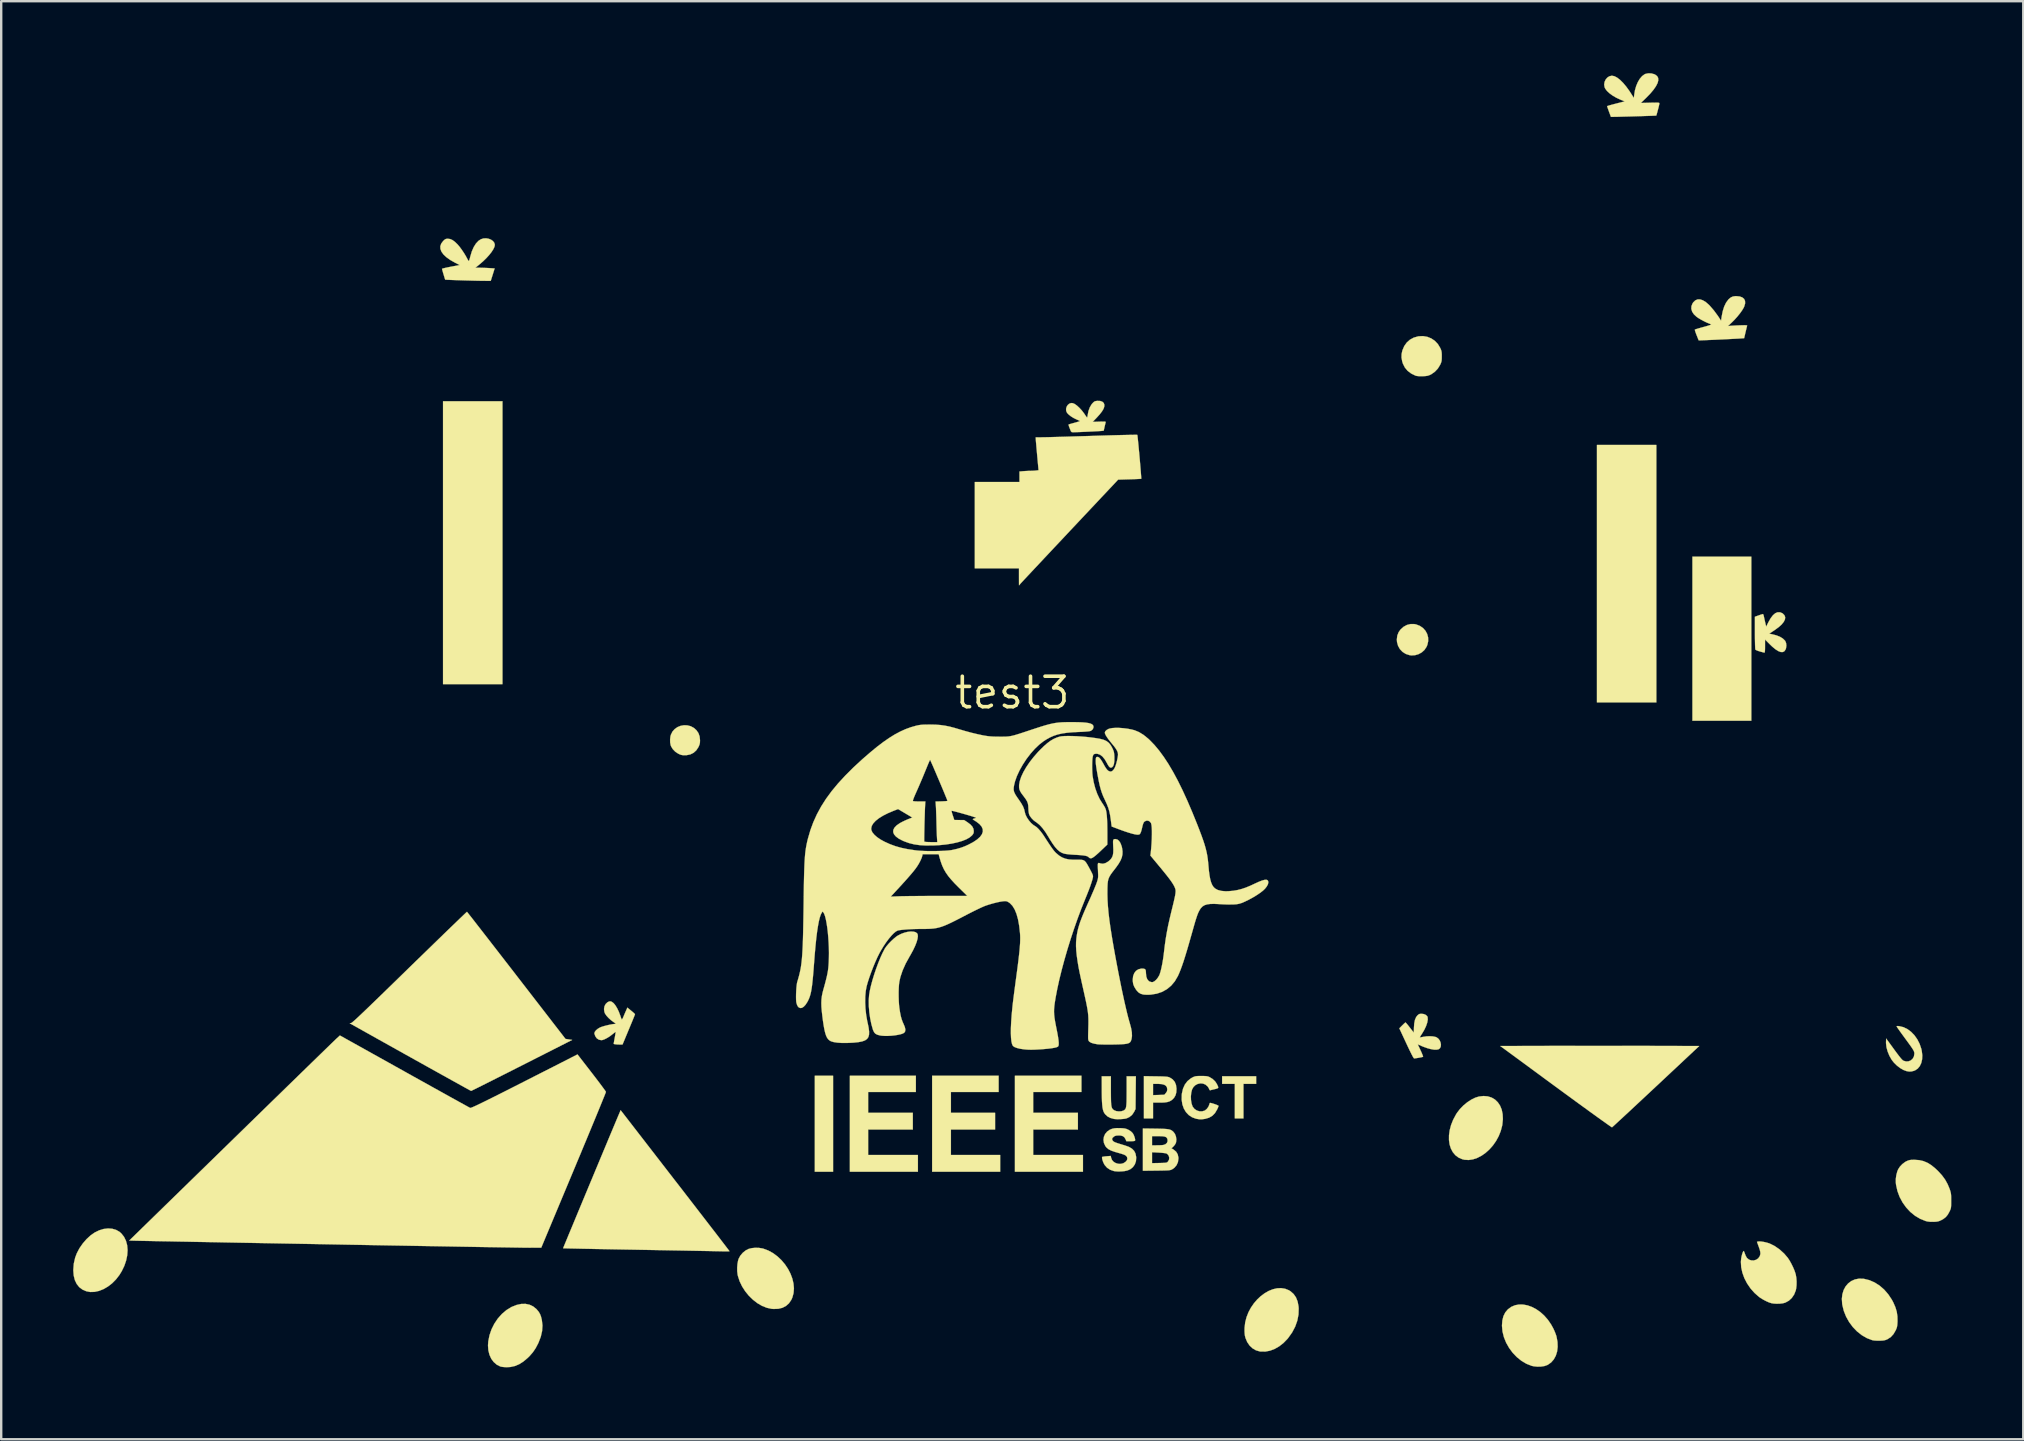
<source format=kicad_pcb>
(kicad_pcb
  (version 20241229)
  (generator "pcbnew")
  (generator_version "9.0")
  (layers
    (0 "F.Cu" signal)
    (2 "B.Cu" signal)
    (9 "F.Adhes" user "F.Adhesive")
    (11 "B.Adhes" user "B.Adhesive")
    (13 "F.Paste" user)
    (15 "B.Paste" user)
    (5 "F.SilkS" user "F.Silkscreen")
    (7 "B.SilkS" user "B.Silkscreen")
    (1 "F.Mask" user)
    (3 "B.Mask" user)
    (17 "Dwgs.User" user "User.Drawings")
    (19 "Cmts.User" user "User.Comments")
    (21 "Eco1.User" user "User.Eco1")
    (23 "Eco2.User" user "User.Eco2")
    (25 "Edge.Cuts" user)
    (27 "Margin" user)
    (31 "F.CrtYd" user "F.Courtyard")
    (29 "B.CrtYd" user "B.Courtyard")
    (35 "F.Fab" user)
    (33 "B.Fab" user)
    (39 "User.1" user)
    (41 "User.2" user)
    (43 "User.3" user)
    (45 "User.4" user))
  (footprint "test3"
    (layer "F.Cu")
    (at 39.142 25.823)
    (property "Reference" "test3" (at 0 0 0) (layer "F.SilkS") (effects (font (size 1.27 1.27) (thickness 0.15))))
    (attr through_hole)
    (fp_poly (pts (xy -21.251 -0.36) (xy -23.728 -0.36) (xy -23.728 -12.15) (xy -21.251 -12.15) (xy -21.251 -0.36)) (stroke (width 0.01) (type solid)) (fill yes) (layer "F.SilkS"))
    (fp_poly (pts (xy -7.472 19.96) (xy -8.234 19.96) (xy -8.234 15.96) (xy -7.472 15.96) (xy -7.472 19.96)) (stroke (width 0.01) (type solid)) (fill yes) (layer "F.SilkS"))
    (fp_poly (pts (xy 26.839 0.402) (xy 24.363 0.402) (xy 24.363 -10.329) (xy 26.839 -10.329) (xy 26.839 0.402)) (stroke (width 0.01) (type solid)) (fill yes) (layer "F.SilkS"))
    (fp_poly (pts (xy 30.797 1.164) (xy 28.342 1.164) (xy 28.342 -5.673) (xy 30.797 -5.673) (xy 30.797 1.164)) (stroke (width 0.01) (type solid)) (fill yes) (layer "F.SilkS"))
    (fp_poly (pts (xy 10.16 16.298) (xy 9.631 16.298) (xy 9.631 17.738) (xy 9.271 17.738) (xy 9.271 16.298) (xy 8.742 16.298) (xy 8.742 15.981) (xy 10.16 15.981) (xy 10.16 16.298)) (stroke (width 0.01) (type solid)) (fill yes) (layer "F.SilkS"))
    (fp_poly (pts (xy -4.022 16.637) (xy -6.011 16.637) (xy -6.011 17.505) (xy -4.149 17.505) (xy -4.149 18.203) (xy -6.011 18.203) (xy -6.011 19.262) (xy -3.937 19.262) (xy -3.937 19.96) (xy -6.773 19.96) (xy -6.773 15.96) (xy -4.022 15.96) (xy -4.022 16.637)) (stroke (width 0.01) (type solid)) (fill yes) (layer "F.SilkS"))
    (fp_poly (pts (xy -0.572 16.637) (xy -2.561 16.637) (xy -2.561 17.505) (xy -0.72 17.505) (xy -0.72 18.203) (xy -2.561 18.203) (xy -2.561 19.262) (xy -0.508 19.262) (xy -0.508 19.96) (xy -3.344 19.96) (xy -3.344 15.96) (xy -0.572 15.96) (xy -0.572 16.637)) (stroke (width 0.01) (type solid)) (fill yes) (layer "F.SilkS"))
    (fp_poly (pts (xy 2.879 16.637) (xy 0.868 16.637) (xy 0.868 17.505) (xy 2.731 17.505) (xy 2.731 18.203) (xy 0.868 18.203) (xy 0.868 19.262) (xy 2.942 19.262) (xy 2.942 19.96) (xy 0.106 19.96) (xy 0.106 15.96) (xy 2.879 15.96) (xy 2.879 16.637)) (stroke (width 0.01) (type solid)) (fill yes) (layer "F.SilkS"))
    (fp_poly (pts (xy 16.755 -2.863) (xy 16.827 -2.849) (xy 16.983 -2.789) (xy 17.114 -2.699) (xy 17.216 -2.585) (xy 17.288 -2.452) (xy 17.327 -2.306) (xy 17.33 -2.151) (xy 17.295 -1.994) (xy 17.262 -1.916) (xy 17.178 -1.789) (xy 17.064 -1.685) (xy 16.928 -1.61) (xy 16.78 -1.566) (xy 16.626 -1.558) (xy 16.555 -1.568) (xy 16.397 -1.619) (xy 16.262 -1.704) (xy 16.153 -1.817) (xy 16.075 -1.955) (xy 16.031 -2.111) (xy 16.023 -2.221) (xy 16.042 -2.383) (xy 16.098 -2.526) (xy 16.175 -2.634) (xy 16.302 -2.75) (xy 16.443 -2.827) (xy 16.595 -2.865) (xy 16.755 -2.863)) (stroke (width 0.01) (type solid)) (fill yes) (layer "F.SilkS"))
    (fp_poly (pts (xy -13.542 1.358) (xy -13.403 1.394) (xy -13.274 1.464) (xy -13.167 1.559) (xy -13.084 1.679) (xy -13.035 1.815) (xy -13.018 1.974) (xy -13.018 1.99) (xy -13.022 2.084) (xy -13.04 2.163) (xy -13.076 2.248) (xy -13.082 2.261) (xy -13.172 2.398) (xy -13.286 2.501) (xy -13.423 2.569) (xy -13.582 2.601) (xy -13.645 2.603) (xy -13.737 2.6) (xy -13.808 2.587) (xy -13.88 2.559) (xy -13.93 2.534) (xy -14.052 2.453) (xy -14.153 2.348) (xy -14.224 2.231) (xy -14.242 2.181) (xy -14.262 2.073) (xy -14.265 1.948) (xy -14.252 1.826) (xy -14.233 1.752) (xy -14.168 1.619) (xy -14.073 1.512) (xy -13.957 1.43) (xy -13.826 1.377) (xy -13.685 1.352) (xy -13.542 1.358)) (stroke (width 0.01) (type solid)) (fill yes) (layer "F.SilkS"))
    (fp_poly (pts (xy -37.516 22.337) (xy -37.355 22.383) (xy -37.212 22.464) (xy -37.137 22.53) (xy -37.023 22.673) (xy -36.942 22.84) (xy -36.892 23.026) (xy -36.875 23.227) (xy -36.889 23.439) (xy -36.934 23.659) (xy -37.01 23.882) (xy -37.117 24.104) (xy -37.218 24.268) (xy -37.362 24.453) (xy -37.523 24.614) (xy -37.697 24.748) (xy -37.879 24.853) (xy -38.065 24.927) (xy -38.251 24.968) (xy -38.432 24.973) (xy -38.595 24.942) (xy -38.756 24.872) (xy -38.89 24.771) (xy -38.996 24.638) (xy -39.073 24.477) (xy -39.12 24.287) (xy -39.137 24.071) (xy -39.137 24.057) (xy -39.117 23.793) (xy -39.059 23.539) (xy -38.989 23.355) (xy -38.879 23.147) (xy -38.741 22.949) (xy -38.583 22.767) (xy -38.413 22.611) (xy -38.246 22.494) (xy -38.06 22.403) (xy -37.873 22.346) (xy -37.69 22.324) (xy -37.516 22.337)) (stroke (width 0.01) (type solid)) (fill yes) (layer "F.SilkS"))
    (fp_poly (pts (xy 19.816 16.82) (xy 19.975 16.87) (xy 20.115 16.953) (xy 20.232 17.066) (xy 20.326 17.206) (xy 20.394 17.371) (xy 20.433 17.56) (xy 20.443 17.768) (xy 20.421 17.994) (xy 20.414 18.036) (xy 20.355 18.261) (xy 20.27 18.475) (xy 20.16 18.677) (xy 20.031 18.862) (xy 19.884 19.029) (xy 19.724 19.173) (xy 19.554 19.293) (xy 19.378 19.384) (xy 19.198 19.445) (xy 19.019 19.472) (xy 18.845 19.462) (xy 18.751 19.44) (xy 18.594 19.371) (xy 18.462 19.272) (xy 18.356 19.145) (xy 18.276 18.995) (xy 18.222 18.825) (xy 18.196 18.639) (xy 18.197 18.439) (xy 18.226 18.23) (xy 18.283 18.015) (xy 18.369 17.798) (xy 18.484 17.582) (xy 18.534 17.502) (xy 18.654 17.346) (xy 18.797 17.199) (xy 18.956 17.068) (xy 19.123 16.958) (xy 19.29 16.875) (xy 19.444 16.827) (xy 19.638 16.805) (xy 19.816 16.82)) (stroke (width 0.01) (type solid)) (fill yes) (layer "F.SilkS"))
    (fp_poly (pts (xy 17.294 -14.835) (xy 17.46 -14.768) (xy 17.609 -14.667) (xy 17.734 -14.534) (xy 17.829 -14.377) (xy 17.861 -14.307) (xy 17.88 -14.248) (xy 17.891 -14.187) (xy 17.896 -14.11) (xy 17.896 -14.023) (xy 17.895 -13.921) (xy 17.89 -13.848) (xy 17.878 -13.788) (xy 17.856 -13.729) (xy 17.828 -13.668) (xy 17.734 -13.514) (xy 17.61 -13.382) (xy 17.465 -13.279) (xy 17.426 -13.258) (xy 17.36 -13.23) (xy 17.298 -13.211) (xy 17.225 -13.201) (xy 17.129 -13.195) (xy 17.092 -13.194) (xy 16.95 -13.194) (xy 16.848 -13.205) (xy 16.805 -13.216) (xy 16.621 -13.306) (xy 16.472 -13.419) (xy 16.357 -13.557) (xy 16.275 -13.72) (xy 16.247 -13.81) (xy 16.218 -13.971) (xy 16.222 -14.121) (xy 16.255 -14.27) (xy 16.331 -14.448) (xy 16.436 -14.597) (xy 16.57 -14.716) (xy 16.73 -14.803) (xy 16.912 -14.854) (xy 16.928 -14.857) (xy 17.115 -14.866) (xy 17.294 -14.835)) (stroke (width 0.01) (type solid)) (fill yes) (layer "F.SilkS"))
    (fp_poly (pts (xy 24.875 14.714) (xy 25.31 14.714) (xy 25.729 14.715) (xy 26.125 14.715) (xy 26.488 14.716) (xy 26.546 14.716) (xy 28.626 14.721) (xy 26.822 16.41) (xy 26.588 16.629) (xy 26.362 16.84) (xy 26.147 17.041) (xy 25.944 17.23) (xy 25.756 17.406) (xy 25.583 17.566) (xy 25.429 17.709) (xy 25.294 17.833) (xy 25.182 17.937) (xy 25.094 18.018) (xy 25.031 18.075) (xy 24.997 18.105) (xy 24.99 18.11) (xy 24.97 18.099) (xy 24.918 18.064) (xy 24.836 18.007) (xy 24.726 17.929) (xy 24.589 17.832) (xy 24.428 17.717) (xy 24.246 17.585) (xy 24.043 17.439) (xy 23.822 17.278) (xy 23.584 17.106) (xy 23.333 16.922) (xy 23.069 16.729) (xy 22.795 16.529) (xy 22.648 16.421) (xy 20.334 14.721) (xy 22.4 14.716) (xy 22.755 14.715) (xy 23.144 14.715) (xy 23.558 14.714) (xy 23.991 14.714) (xy 24.432 14.714) (xy 24.875 14.714)) (stroke (width 0.01) (type solid)) (fill yes) (layer "F.SilkS"))
    (fp_poly (pts (xy -10.554 23.135) (xy -10.406 23.159) (xy -10.38 23.166) (xy -10.17 23.245) (xy -9.972 23.354) (xy -9.789 23.49) (xy -9.623 23.647) (xy -9.475 23.823) (xy -9.349 24.012) (xy -9.247 24.21) (xy -9.17 24.415) (xy -9.122 24.62) (xy -9.104 24.823) (xy -9.119 25.019) (xy -9.169 25.203) (xy -9.213 25.301) (xy -9.311 25.445) (xy -9.435 25.555) (xy -9.583 25.631) (xy -9.755 25.673) (xy -9.951 25.68) (xy -10.035 25.674) (xy -10.235 25.631) (xy -10.434 25.551) (xy -10.628 25.438) (xy -10.812 25.295) (xy -10.983 25.129) (xy -11.135 24.942) (xy -11.264 24.74) (xy -11.367 24.527) (xy -11.438 24.307) (xy -11.452 24.242) (xy -11.468 24.106) (xy -11.469 23.955) (xy -11.457 23.803) (xy -11.432 23.666) (xy -11.409 23.59) (xy -11.338 23.459) (xy -11.236 23.338) (xy -11.114 23.24) (xy -10.996 23.179) (xy -10.865 23.145) (xy -10.713 23.13) (xy -10.554 23.135)) (stroke (width 0.01) (type solid)) (fill yes) (layer "F.SilkS"))
    (fp_poly (pts (xy 11.366 24.837) (xy 11.522 24.899) (xy 11.592 24.942) (xy 11.72 25.055) (xy 11.819 25.196) (xy 11.887 25.366) (xy 11.926 25.566) (xy 11.933 25.656) (xy 11.925 25.911) (xy 11.876 26.166) (xy 11.787 26.416) (xy 11.66 26.658) (xy 11.495 26.89) (xy 11.47 26.921) (xy 11.304 27.093) (xy 11.124 27.235) (xy 10.935 27.344) (xy 10.74 27.418) (xy 10.544 27.456) (xy 10.352 27.455) (xy 10.313 27.45) (xy 10.153 27.404) (xy 10.01 27.321) (xy 9.887 27.206) (xy 9.788 27.062) (xy 9.717 26.893) (xy 9.692 26.797) (xy 9.682 26.716) (xy 9.676 26.608) (xy 9.677 26.488) (xy 9.678 26.458) (xy 9.704 26.237) (xy 9.759 26.023) (xy 9.839 25.818) (xy 9.942 25.626) (xy 10.064 25.448) (xy 10.203 25.286) (xy 10.354 25.144) (xy 10.516 25.024) (xy 10.684 24.928) (xy 10.857 24.859) (xy 11.03 24.819) (xy 11.2 24.811) (xy 11.366 24.837)) (stroke (width 0.01) (type solid)) (fill yes) (layer "F.SilkS"))
    (fp_poly (pts (xy 21.292 25.497) (xy 21.472 25.531) (xy 21.653 25.596) (xy 21.832 25.69) (xy 22.005 25.811) (xy 22.169 25.959) (xy 22.319 26.131) (xy 22.453 26.326) (xy 22.543 26.49) (xy 22.59 26.592) (xy 22.633 26.696) (xy 22.665 26.786) (xy 22.678 26.83) (xy 22.719 27.051) (xy 22.726 27.26) (xy 22.703 27.454) (xy 22.649 27.629) (xy 22.565 27.782) (xy 22.454 27.909) (xy 22.316 28.006) (xy 22.292 28.018) (xy 22.176 28.059) (xy 22.034 28.081) (xy 21.882 28.085) (xy 21.733 28.07) (xy 21.641 28.05) (xy 21.423 27.964) (xy 21.216 27.841) (xy 21.025 27.687) (xy 20.852 27.507) (xy 20.703 27.305) (xy 20.579 27.087) (xy 20.486 26.857) (xy 20.427 26.621) (xy 20.405 26.383) (xy 20.405 26.369) (xy 20.421 26.159) (xy 20.466 25.978) (xy 20.543 25.824) (xy 20.65 25.697) (xy 20.654 25.694) (xy 20.794 25.591) (xy 20.949 25.525) (xy 21.116 25.494) (xy 21.292 25.497)) (stroke (width 0.01) (type solid)) (fill yes) (layer "F.SilkS"))
    (fp_poly (pts (xy -20.121 25.503) (xy -19.97 25.575) (xy -19.836 25.684) (xy -19.827 25.694) (xy -19.747 25.789) (xy -19.688 25.886) (xy -19.645 25.996) (xy -19.611 26.135) (xy -19.61 26.141) (xy -19.584 26.367) (xy -19.599 26.598) (xy -19.654 26.838) (xy -19.75 27.087) (xy -19.761 27.111) (xy -19.865 27.31) (xy -19.981 27.482) (xy -20.118 27.64) (xy -20.197 27.718) (xy -20.377 27.87) (xy -20.555 27.983) (xy -20.735 28.058) (xy -20.921 28.099) (xy -21.071 28.107) (xy -21.171 28.103) (xy -21.262 28.094) (xy -21.329 28.081) (xy -21.341 28.077) (xy -21.491 28.001) (xy -21.617 27.891) (xy -21.719 27.753) (xy -21.793 27.59) (xy -21.839 27.405) (xy -21.854 27.203) (xy -21.843 27.033) (xy -21.792 26.776) (xy -21.707 26.528) (xy -21.59 26.294) (xy -21.445 26.079) (xy -21.276 25.889) (xy -21.086 25.727) (xy -20.879 25.6) (xy -20.86 25.591) (xy -20.66 25.512) (xy -20.469 25.471) (xy -20.289 25.468) (xy -20.121 25.503)) (stroke (width 0.01) (type solid)) (fill yes) (layer "F.SilkS"))
    (fp_poly (pts (xy 5.974 15.985) (xy 6.134 15.987) (xy 6.258 15.99) (xy 6.351 15.995) (xy 6.421 16) (xy 6.473 16.007) (xy 6.514 16.017) (xy 6.549 16.03) (xy 6.562 16.036) (xy 6.68 16.112) (xy 6.767 16.215) (xy 6.82 16.344) (xy 6.84 16.498) (xy 6.84 16.507) (xy 6.832 16.655) (xy 6.8 16.775) (xy 6.742 16.875) (xy 6.696 16.927) (xy 6.628 16.985) (xy 6.553 17.027) (xy 6.463 17.056) (xy 6.349 17.073) (xy 6.206 17.081) (xy 6.124 17.081) (xy 5.863 17.081) (xy 5.863 17.738) (xy 5.482 17.738) (xy 5.482 16.298) (xy 5.863 16.298) (xy 5.863 16.768) (xy 6.098 16.761) (xy 6.332 16.753) (xy 6.394 16.684) (xy 6.441 16.615) (xy 6.456 16.541) (xy 6.456 16.536) (xy 6.443 16.448) (xy 6.402 16.382) (xy 6.33 16.336) (xy 6.225 16.309) (xy 6.084 16.299) (xy 6.054 16.298) (xy 5.863 16.298) (xy 5.482 16.298) (xy 5.482 15.977) (xy 5.974 15.985)) (stroke (width 0.01) (type solid)) (fill yes) (layer "F.SilkS"))
    (fp_poly (pts (xy 35.463 24.42) (xy 35.494 24.425) (xy 35.72 24.481) (xy 35.937 24.576) (xy 36.143 24.707) (xy 36.333 24.872) (xy 36.503 25.068) (xy 36.652 25.291) (xy 36.716 25.411) (xy 36.802 25.609) (xy 36.858 25.797) (xy 36.886 25.986) (xy 36.89 26.19) (xy 36.89 26.193) (xy 36.884 26.303) (xy 36.876 26.384) (xy 36.862 26.449) (xy 36.841 26.51) (xy 36.815 26.568) (xy 36.725 26.724) (xy 36.617 26.844) (xy 36.487 26.932) (xy 36.474 26.939) (xy 36.41 26.967) (xy 36.351 26.985) (xy 36.282 26.996) (xy 36.189 27.001) (xy 36.142 27.002) (xy 36.02 27.001) (xy 35.913 26.994) (xy 35.835 26.98) (xy 35.833 26.979) (xy 35.61 26.894) (xy 35.399 26.771) (xy 35.203 26.616) (xy 35.027 26.433) (xy 34.874 26.227) (xy 34.747 26.001) (xy 34.651 25.761) (xy 34.59 25.512) (xy 34.583 25.464) (xy 34.57 25.257) (xy 34.592 25.066) (xy 34.644 24.893) (xy 34.725 24.742) (xy 34.832 24.616) (xy 34.962 24.518) (xy 35.112 24.45) (xy 35.28 24.417) (xy 35.463 24.42)) (stroke (width 0.01) (type solid)) (fill yes) (layer "F.SilkS"))
    (fp_poly (pts (xy 4.106 16.584) (xy 4.107 16.78) (xy 4.109 16.939) (xy 4.113 17.065) (xy 4.12 17.163) (xy 4.131 17.237) (xy 4.147 17.292) (xy 4.168 17.333) (xy 4.196 17.364) (xy 4.23 17.39) (xy 4.247 17.401) (xy 4.331 17.434) (xy 4.434 17.447) (xy 4.539 17.441) (xy 4.626 17.414) (xy 4.627 17.414) (xy 4.663 17.393) (xy 4.692 17.369) (xy 4.715 17.338) (xy 4.732 17.294) (xy 4.745 17.233) (xy 4.753 17.151) (xy 4.759 17.043) (xy 4.761 16.905) (xy 4.762 16.731) (xy 4.763 16.607) (xy 4.763 15.981) (xy 5.147 15.981) (xy 5.133 17.346) (xy 5.073 17.468) (xy 4.991 17.589) (xy 4.878 17.682) (xy 4.763 17.736) (xy 4.692 17.752) (xy 4.594 17.763) (xy 4.482 17.77) (xy 4.37 17.771) (xy 4.274 17.765) (xy 4.233 17.76) (xy 4.079 17.717) (xy 3.958 17.651) (xy 3.863 17.56) (xy 3.822 17.498) (xy 3.795 17.442) (xy 3.774 17.37) (xy 3.756 17.278) (xy 3.744 17.163) (xy 3.734 17.02) (xy 3.729 16.845) (xy 3.726 16.633) (xy 3.726 16.505) (xy 3.725 15.981) (xy 4.106 15.981) (xy 4.106 16.584)) (stroke (width 0.01) (type solid)) (fill yes) (layer "F.SilkS"))
    (fp_poly (pts (xy 37.791 19.477) (xy 37.965 19.516) (xy 38.131 19.584) (xy 38.295 19.684) (xy 38.462 19.82) (xy 38.576 19.928) (xy 38.742 20.109) (xy 38.874 20.289) (xy 38.979 20.479) (xy 39.06 20.673) (xy 39.086 20.75) (xy 39.104 20.813) (xy 39.116 20.874) (xy 39.123 20.943) (xy 39.126 21.032) (xy 39.126 21.151) (xy 39.126 21.167) (xy 39.126 21.288) (xy 39.124 21.376) (xy 39.119 21.44) (xy 39.11 21.491) (xy 39.095 21.537) (xy 39.072 21.588) (xy 39.061 21.612) (xy 38.987 21.747) (xy 38.904 21.849) (xy 38.803 21.928) (xy 38.719 21.975) (xy 38.644 22.01) (xy 38.578 22.031) (xy 38.506 22.043) (xy 38.412 22.048) (xy 38.388 22.049) (xy 38.251 22.048) (xy 38.139 22.034) (xy 38.068 22.017) (xy 37.839 21.926) (xy 37.624 21.799) (xy 37.427 21.64) (xy 37.252 21.452) (xy 37.101 21.242) (xy 36.978 21.012) (xy 36.887 20.767) (xy 36.83 20.511) (xy 36.819 20.415) (xy 36.818 20.263) (xy 36.84 20.101) (xy 36.881 19.947) (xy 36.916 19.862) (xy 36.99 19.748) (xy 37.092 19.64) (xy 37.21 19.552) (xy 37.27 19.52) (xy 37.333 19.493) (xy 37.39 19.476) (xy 37.455 19.467) (xy 37.541 19.464) (xy 37.603 19.464) (xy 37.791 19.477)) (stroke (width 0.01) (type solid)) (fill yes) (layer "F.SilkS"))
    (fp_poly (pts (xy 36.921 13.89) (xy 36.968 13.895) (xy 37.14 13.937) (xy 37.304 14.017) (xy 37.457 14.131) (xy 37.595 14.274) (xy 37.714 14.442) (xy 37.811 14.631) (xy 37.881 14.836) (xy 37.9 14.921) (xy 37.923 15.105) (xy 37.915 15.276) (xy 37.88 15.429) (xy 37.818 15.559) (xy 37.732 15.663) (xy 37.623 15.736) (xy 37.562 15.759) (xy 37.465 15.782) (xy 37.38 15.786) (xy 37.283 15.771) (xy 37.266 15.767) (xy 37.136 15.719) (xy 36.999 15.64) (xy 36.864 15.536) (xy 36.741 15.415) (xy 36.648 15.297) (xy 36.552 15.13) (xy 36.478 14.95) (xy 36.429 14.769) (xy 36.41 14.598) (xy 36.411 14.55) (xy 36.417 14.409) (xy 36.742 14.855) (xy 36.853 15.006) (xy 36.943 15.125) (xy 37.015 15.215) (xy 37.07 15.278) (xy 37.112 15.317) (xy 37.137 15.334) (xy 37.246 15.365) (xy 37.352 15.359) (xy 37.446 15.319) (xy 37.522 15.251) (xy 37.573 15.158) (xy 37.592 15.046) (xy 37.592 15.046) (xy 37.591 15.014) (xy 37.587 14.983) (xy 37.577 14.95) (xy 37.559 14.911) (xy 37.531 14.861) (xy 37.489 14.797) (xy 37.433 14.715) (xy 37.358 14.611) (xy 37.263 14.481) (xy 37.146 14.321) (xy 37.139 14.311) (xy 37.058 14.201) (xy 36.986 14.101) (xy 36.927 14.017) (xy 36.883 13.954) (xy 36.86 13.917) (xy 36.857 13.912) (xy 36.855 13.895) (xy 36.874 13.888) (xy 36.921 13.89)) (stroke (width 0.01) (type solid)) (fill yes) (layer "F.SilkS"))
    (fp_poly (pts (xy 31.23 22.872) (xy 31.333 22.889) (xy 31.439 22.914) (xy 31.535 22.943) (xy 31.564 22.954) (xy 31.775 23.06) (xy 31.979 23.202) (xy 32.167 23.373) (xy 32.313 23.544) (xy 32.388 23.656) (xy 32.465 23.794) (xy 32.538 23.943) (xy 32.6 24.09) (xy 32.643 24.221) (xy 32.649 24.245) (xy 32.673 24.38) (xy 32.684 24.533) (xy 32.682 24.687) (xy 32.667 24.826) (xy 32.65 24.906) (xy 32.582 25.078) (xy 32.484 25.222) (xy 32.361 25.336) (xy 32.214 25.416) (xy 32.202 25.42) (xy 32.107 25.445) (xy 31.985 25.459) (xy 31.854 25.462) (xy 31.727 25.455) (xy 31.638 25.44) (xy 31.536 25.408) (xy 31.416 25.355) (xy 31.292 25.29) (xy 31.176 25.219) (xy 31.122 25.181) (xy 30.931 25.014) (xy 30.763 24.824) (xy 30.621 24.617) (xy 30.507 24.397) (xy 30.425 24.171) (xy 30.375 23.943) (xy 30.362 23.719) (xy 30.373 23.585) (xy 30.39 23.492) (xy 30.412 23.404) (xy 30.436 23.33) (xy 30.46 23.28) (xy 30.478 23.262) (xy 30.492 23.281) (xy 30.513 23.328) (xy 30.53 23.378) (xy 30.56 23.456) (xy 30.598 23.527) (xy 30.619 23.557) (xy 30.7 23.623) (xy 30.796 23.656) (xy 30.899 23.658) (xy 30.997 23.63) (xy 31.082 23.573) (xy 31.144 23.488) (xy 31.144 23.487) (xy 31.167 23.425) (xy 31.176 23.362) (xy 31.168 23.289) (xy 31.144 23.195) (xy 31.105 23.083) (xy 31.032 22.881) (xy 31.083 22.869) (xy 31.142 22.865) (xy 31.23 22.872)) (stroke (width 0.01) (type solid)) (fill yes) (layer "F.SilkS"))
    (fp_poly (pts (xy 31.992 -3.357) (xy 32.091 -3.315) (xy 32.107 -3.304) (xy 32.178 -3.233) (xy 32.208 -3.152) (xy 32.2 -3.061) (xy 32.152 -2.961) (xy 32.067 -2.853) (xy 31.943 -2.74) (xy 31.783 -2.622) (xy 31.759 -2.606) (xy 31.542 -2.462) (xy 31.662 -2.44) (xy 31.838 -2.395) (xy 31.99 -2.335) (xy 32.112 -2.26) (xy 32.199 -2.175) (xy 32.21 -2.161) (xy 32.246 -2.074) (xy 32.258 -1.968) (xy 32.244 -1.859) (xy 32.228 -1.811) (xy 32.179 -1.735) (xy 32.112 -1.698) (xy 32.027 -1.698) (xy 31.925 -1.736) (xy 31.805 -1.811) (xy 31.669 -1.923) (xy 31.565 -2.023) (xy 31.369 -2.22) (xy 31.369 -1.946) (xy 31.368 -1.827) (xy 31.364 -1.745) (xy 31.358 -1.697) (xy 31.348 -1.676) (xy 31.343 -1.674) (xy 31.311 -1.68) (xy 31.25 -1.696) (xy 31.172 -1.717) (xy 31.151 -1.723) (xy 31.071 -1.748) (xy 31.007 -1.774) (xy 30.97 -1.796) (xy 30.966 -1.8) (xy 30.961 -1.828) (xy 30.957 -1.894) (xy 30.953 -1.991) (xy 30.95 -2.115) (xy 30.947 -2.26) (xy 30.946 -2.422) (xy 30.946 -2.5) (xy 30.946 -3.17) (xy 31.102 -3.225) (xy 31.179 -3.252) (xy 31.241 -3.271) (xy 31.277 -3.281) (xy 31.28 -3.281) (xy 31.297 -3.262) (xy 31.312 -3.218) (xy 31.314 -3.212) (xy 31.324 -3.161) (xy 31.342 -3.082) (xy 31.362 -2.989) (xy 31.371 -2.95) (xy 31.416 -2.756) (xy 31.507 -2.939) (xy 31.602 -3.106) (xy 31.698 -3.232) (xy 31.795 -3.316) (xy 31.893 -3.357) (xy 31.992 -3.357)) (stroke (width 0.01) (type solid)) (fill yes) (layer "F.SilkS"))
    (fp_poly (pts (xy -4.129 9.953) (xy -4.039 9.975) (xy -3.975 10.018) (xy -3.949 10.06) (xy -3.938 10.144) (xy -3.953 10.256) (xy -3.992 10.394) (xy -4.054 10.552) (xy -4.137 10.727) (xy -4.24 10.915) (xy -4.272 10.97) (xy -4.443 11.278) (xy -4.574 11.571) (xy -4.667 11.847) (xy -4.71 12.039) (xy -4.725 12.158) (xy -4.735 12.309) (xy -4.74 12.479) (xy -4.739 12.659) (xy -4.734 12.836) (xy -4.724 13.001) (xy -4.711 13.123) (xy -4.682 13.314) (xy -4.651 13.472) (xy -4.614 13.606) (xy -4.57 13.725) (xy -4.537 13.797) (xy -4.483 13.926) (xy -4.46 14.029) (xy -4.468 14.109) (xy -4.502 14.163) (xy -4.558 14.198) (xy -4.647 14.229) (xy -4.763 14.255) (xy -4.897 14.277) (xy -5.041 14.292) (xy -5.186 14.3) (xy -5.325 14.3) (xy -5.45 14.291) (xy -5.52 14.28) (xy -5.629 14.25) (xy -5.706 14.21) (xy -5.76 14.151) (xy -5.802 14.064) (xy -5.814 14.032) (xy -5.876 13.812) (xy -5.926 13.568) (xy -5.962 13.314) (xy -5.983 13.059) (xy -5.986 12.818) (xy -5.971 12.602) (xy -5.971 12.598) (xy -5.941 12.418) (xy -5.894 12.21) (xy -5.833 11.982) (xy -5.76 11.744) (xy -5.679 11.502) (xy -5.592 11.267) (xy -5.503 11.046) (xy -5.413 10.849) (xy -5.327 10.683) (xy -5.311 10.655) (xy -5.246 10.562) (xy -5.156 10.456) (xy -5.051 10.347) (xy -4.941 10.245) (xy -4.838 10.161) (xy -4.773 10.118) (xy -4.639 10.049) (xy -4.501 9.998) (xy -4.367 9.964) (xy -4.24 9.949) (xy -4.129 9.953)) (stroke (width 0.01) (type solid)) (fill yes) (layer "F.SilkS"))
    (fp_poly (pts (xy 5.964 18.165) (xy 6.144 18.168) (xy 6.287 18.172) (xy 6.399 18.179) (xy 6.485 18.188) (xy 6.552 18.202) (xy 6.605 18.221) (xy 6.649 18.246) (xy 6.69 18.279) (xy 6.707 18.294) (xy 6.775 18.383) (xy 6.818 18.494) (xy 6.835 18.615) (xy 6.823 18.731) (xy 6.803 18.787) (xy 6.764 18.849) (xy 6.71 18.91) (xy 6.699 18.921) (xy 6.629 18.982) (xy 6.729 19.045) (xy 6.828 19.129) (xy 6.891 19.237) (xy 6.92 19.367) (xy 6.921 19.411) (xy 6.901 19.558) (xy 6.844 19.687) (xy 6.754 19.794) (xy 6.657 19.862) (xy 6.629 19.875) (xy 6.599 19.886) (xy 6.562 19.894) (xy 6.512 19.901) (xy 6.444 19.905) (xy 6.351 19.908) (xy 6.23 19.911) (xy 6.073 19.913) (xy 6.006 19.914) (xy 5.44 19.92) (xy 5.44 19.603) (xy 5.821 19.603) (xy 6.13 19.597) (xy 6.25 19.594) (xy 6.335 19.59) (xy 6.393 19.585) (xy 6.431 19.577) (xy 6.456 19.564) (xy 6.476 19.545) (xy 6.489 19.53) (xy 6.53 19.455) (xy 6.537 19.371) (xy 6.513 19.29) (xy 6.462 19.226) (xy 6.423 19.201) (xy 6.38 19.19) (xy 6.305 19.18) (xy 6.209 19.17) (xy 6.101 19.163) (xy 6.093 19.162) (xy 5.821 19.149) (xy 5.821 19.603) (xy 5.44 19.603) (xy 5.44 18.479) (xy 5.821 18.479) (xy 5.821 18.86) (xy 6.017 18.859) (xy 6.114 18.858) (xy 6.205 18.854) (xy 6.273 18.848) (xy 6.291 18.846) (xy 6.379 18.815) (xy 6.441 18.759) (xy 6.47 18.686) (xy 6.463 18.603) (xy 6.457 18.587) (xy 6.433 18.545) (xy 6.397 18.515) (xy 6.342 18.495) (xy 6.262 18.484) (xy 6.15 18.479) (xy 6.074 18.479) (xy 5.821 18.479) (xy 5.44 18.479) (xy 5.44 18.158) (xy 5.964 18.165)) (stroke (width 0.01) (type solid)) (fill yes) (layer "F.SilkS"))
    (fp_poly (pts (xy -14.058 20.328) (xy -13.817 20.638) (xy -13.584 20.94) (xy -13.359 21.231) (xy -13.144 21.51) (xy -12.94 21.774) (xy -12.748 22.023) (xy -12.57 22.254) (xy -12.406 22.466) (xy -12.259 22.657) (xy -12.13 22.826) (xy -12.019 22.97) (xy -11.929 23.088) (xy -11.86 23.178) (xy -11.814 23.239) (xy -11.792 23.269) (xy -11.79 23.271) (xy -11.794 23.275) (xy -11.811 23.277) (xy -11.843 23.279) (xy -11.895 23.279) (xy -11.971 23.279) (xy -12.074 23.278) (xy -12.209 23.275) (xy -12.379 23.272) (xy -12.541 23.268) (xy -12.595 23.267) (xy -12.689 23.265) (xy -12.82 23.263) (xy -12.985 23.26) (xy -13.181 23.256) (xy -13.406 23.252) (xy -13.658 23.247) (xy -13.932 23.242) (xy -14.228 23.237) (xy -14.541 23.231) (xy -14.869 23.225) (xy -15.21 23.219) (xy -15.561 23.213) (xy -15.767 23.209) (xy -16.117 23.203) (xy -16.455 23.197) (xy -16.779 23.191) (xy -17.087 23.185) (xy -17.375 23.18) (xy -17.643 23.174) (xy -17.886 23.17) (xy -18.103 23.165) (xy -18.292 23.161) (xy -18.45 23.158) (xy -18.574 23.155) (xy -18.662 23.153) (xy -18.713 23.151) (xy -18.724 23.151) (xy -18.717 23.131) (xy -18.694 23.075) (xy -18.657 22.985) (xy -18.607 22.865) (xy -18.545 22.715) (xy -18.473 22.54) (xy -18.39 22.342) (xy -18.299 22.123) (xy -18.201 21.886) (xy -18.096 21.633) (xy -17.986 21.369) (xy -17.872 21.094) (xy -17.754 20.812) (xy -17.635 20.525) (xy -17.514 20.236) (xy -17.394 19.947) (xy -17.275 19.662) (xy -17.159 19.383) (xy -17.046 19.112) (xy -16.937 18.852) (xy -16.835 18.606) (xy -16.739 18.377) (xy -16.651 18.167) (xy -16.572 17.978) (xy -16.503 17.814) (xy -16.445 17.676) (xy -16.399 17.568) (xy -16.367 17.493) (xy -16.365 17.487) (xy -16.326 17.396) (xy -14.058 20.328)) (stroke (width 0.01) (type solid)) (fill yes) (layer "F.SilkS"))
    (fp_poly (pts (xy 17.151 13.39) (xy 17.233 13.426) (xy 17.289 13.478) (xy 17.306 13.516) (xy 17.313 13.619) (xy 17.291 13.745) (xy 17.242 13.89) (xy 17.168 14.047) (xy 17.07 14.212) (xy 17.061 14.225) (xy 17.02 14.289) (xy 16.991 14.337) (xy 16.98 14.361) (xy 16.98 14.362) (xy 17.002 14.361) (xy 17.055 14.352) (xy 17.127 14.338) (xy 17.134 14.337) (xy 17.263 14.318) (xy 17.396 14.313) (xy 17.522 14.32) (xy 17.629 14.341) (xy 17.679 14.359) (xy 17.753 14.413) (xy 17.81 14.488) (xy 17.846 14.574) (xy 17.861 14.663) (xy 17.853 14.746) (xy 17.82 14.814) (xy 17.767 14.856) (xy 17.684 14.875) (xy 17.571 14.873) (xy 17.434 14.849) (xy 17.28 14.807) (xy 17.113 14.746) (xy 17.062 14.725) (xy 16.895 14.652) (xy 17.013 14.904) (xy 17.056 14.998) (xy 17.089 15.079) (xy 17.111 15.138) (xy 17.117 15.168) (xy 17.116 15.17) (xy 17.091 15.179) (xy 17.036 15.192) (xy 16.962 15.206) (xy 16.883 15.22) (xy 16.81 15.231) (xy 16.755 15.238) (xy 16.743 15.238) (xy 16.724 15.219) (xy 16.688 15.161) (xy 16.637 15.064) (xy 16.569 14.928) (xy 16.486 14.754) (xy 16.419 14.611) (xy 16.127 13.984) (xy 16.249 13.861) (xy 16.307 13.804) (xy 16.354 13.761) (xy 16.381 13.739) (xy 16.385 13.737) (xy 16.402 13.753) (xy 16.44 13.796) (xy 16.493 13.86) (xy 16.555 13.939) (xy 16.563 13.949) (xy 16.625 14.029) (xy 16.677 14.095) (xy 16.713 14.14) (xy 16.729 14.16) (xy 16.73 14.16) (xy 16.731 14.141) (xy 16.733 14.088) (xy 16.735 14.011) (xy 16.736 13.958) (xy 16.749 13.775) (xy 16.779 13.628) (xy 16.828 13.515) (xy 16.88 13.448) (xy 16.932 13.403) (xy 16.982 13.382) (xy 17.051 13.377) (xy 17.053 13.377) (xy 17.151 13.39)) (stroke (width 0.01) (type solid)) (fill yes) (layer "F.SilkS"))
    (fp_poly (pts (xy 5.192 -10.751) (xy 5.207 -10.75) (xy 5.212 -10.726) (xy 5.219 -10.665) (xy 5.229 -10.573) (xy 5.241 -10.455) (xy 5.255 -10.316) (xy 5.269 -10.161) (xy 5.285 -9.997) (xy 5.3 -9.827) (xy 5.315 -9.657) (xy 5.329 -9.493) (xy 5.342 -9.34) (xy 5.353 -9.203) (xy 5.362 -9.087) (xy 5.369 -8.998) (xy 5.372 -8.941) (xy 5.372 -8.92) (xy 5.349 -8.917) (xy 5.289 -8.913) (xy 5.2 -8.909) (xy 5.087 -8.904) (xy 4.956 -8.899) (xy 4.885 -8.897) (xy 4.408 -8.883) (xy 2.41 -6.759) (xy 2.171 -6.504) (xy 1.938 -6.256) (xy 1.715 -6.019) (xy 1.502 -5.792) (xy 1.302 -5.579) (xy 1.116 -5.38) (xy 0.945 -5.199) (xy 0.793 -5.036) (xy 0.659 -4.893) (xy 0.547 -4.773) (xy 0.458 -4.678) (xy 0.393 -4.608) (xy 0.354 -4.566) (xy 0.344 -4.555) (xy 0.276 -4.477) (xy 0.275 -4.831) (xy 0.275 -5.186) (xy -1.566 -5.186) (xy -1.566 -8.784) (xy 0.296 -8.784) (xy 0.296 -9.222) (xy 0.458 -9.236) (xy 0.56 -9.243) (xy 0.667 -9.248) (xy 0.749 -9.25) (xy 0.842 -9.252) (xy 0.938 -9.258) (xy 0.985 -9.263) (xy 1.091 -9.276) (xy 1.033 -9.903) (xy 1.019 -10.064) (xy 1.005 -10.214) (xy 0.994 -10.347) (xy 0.984 -10.456) (xy 0.978 -10.537) (xy 0.975 -10.583) (xy 0.975 -10.589) (xy 0.974 -10.647) (xy 1.244 -10.648) (xy 1.306 -10.649) (xy 1.407 -10.651) (xy 1.543 -10.654) (xy 1.71 -10.659) (xy 1.905 -10.664) (xy 2.124 -10.67) (xy 2.363 -10.677) (xy 2.619 -10.685) (xy 2.889 -10.693) (xy 3.167 -10.701) (xy 3.355 -10.707) (xy 3.63 -10.716) (xy 3.893 -10.724) (xy 4.141 -10.731) (xy 4.371 -10.737) (xy 4.579 -10.742) (xy 4.763 -10.746) (xy 4.919 -10.749) (xy 5.044 -10.751) (xy 5.136 -10.752) (xy 5.192 -10.751)) (stroke (width 0.01) (type solid)) (fill yes) (layer "F.SilkS"))
    (fp_poly (pts (xy -21.825 -18.923) (xy -21.727 -18.884) (xy -21.646 -18.826) (xy -21.591 -18.754) (xy -21.569 -18.671) (xy -21.569 -18.665) (xy -21.586 -18.583) (xy -21.634 -18.482) (xy -21.709 -18.366) (xy -21.809 -18.24) (xy -21.928 -18.109) (xy -22.064 -17.977) (xy -22.211 -17.851) (xy -22.377 -17.716) (xy -22.169 -17.714) (xy -22.049 -17.711) (xy -21.916 -17.706) (xy -21.795 -17.7) (xy -21.769 -17.698) (xy -21.577 -17.685) (xy -21.658 -17.425) (xy -21.74 -17.166) (xy -22.072 -17.17) (xy -22.185 -17.171) (xy -22.331 -17.174) (xy -22.499 -17.178) (xy -22.68 -17.183) (xy -22.864 -17.188) (xy -23.019 -17.193) (xy -23.175 -17.198) (xy -23.317 -17.203) (xy -23.44 -17.208) (xy -23.537 -17.212) (xy -23.604 -17.215) (xy -23.636 -17.217) (xy -23.638 -17.217) (xy -23.646 -17.239) (xy -23.662 -17.291) (xy -23.684 -17.363) (xy -23.709 -17.446) (xy -23.733 -17.528) (xy -23.753 -17.599) (xy -23.766 -17.65) (xy -23.77 -17.67) (xy -23.75 -17.679) (xy -23.696 -17.694) (xy -23.612 -17.714) (xy -23.508 -17.736) (xy -23.402 -17.757) (xy -23.035 -17.826) (xy -23.228 -17.925) (xy -23.427 -18.038) (xy -23.588 -18.153) (xy -23.711 -18.269) (xy -23.794 -18.385) (xy -23.837 -18.499) (xy -23.841 -18.612) (xy -23.803 -18.721) (xy -23.724 -18.827) (xy -23.718 -18.833) (xy -23.663 -18.884) (xy -23.619 -18.911) (xy -23.57 -18.922) (xy -23.523 -18.923) (xy -23.428 -18.91) (xy -23.332 -18.867) (xy -23.23 -18.792) (xy -23.12 -18.685) (xy -23.04 -18.591) (xy -22.951 -18.471) (xy -22.861 -18.338) (xy -22.78 -18.205) (xy -22.725 -18.103) (xy -22.692 -18.043) (xy -22.666 -18.003) (xy -22.653 -17.992) (xy -22.642 -18.011) (xy -22.624 -18.063) (xy -22.603 -18.137) (xy -22.591 -18.186) (xy -22.528 -18.397) (xy -22.448 -18.578) (xy -22.355 -18.726) (xy -22.249 -18.838) (xy -22.148 -18.903) (xy -22.044 -18.936) (xy -21.934 -18.942) (xy -21.825 -18.923)) (stroke (width 0.01) (type solid)) (fill yes) (layer "F.SilkS"))
    (fp_poly (pts (xy 3.656 -12.163) (xy 3.747 -12.133) (xy 3.808 -12.079) (xy 3.835 -12.003) (xy 3.83 -11.924) (xy 3.798 -11.832) (xy 3.735 -11.726) (xy 3.64 -11.604) (xy 3.526 -11.477) (xy 3.348 -11.291) (xy 3.624 -11.3) (xy 3.736 -11.303) (xy 3.812 -11.303) (xy 3.859 -11.301) (xy 3.883 -11.295) (xy 3.89 -11.284) (xy 3.887 -11.269) (xy 3.877 -11.229) (xy 3.861 -11.162) (xy 3.842 -11.082) (xy 3.841 -11.077) (xy 3.807 -10.924) (xy 3.719 -10.913) (xy 3.675 -10.91) (xy 3.597 -10.905) (xy 3.491 -10.899) (xy 3.365 -10.892) (xy 3.226 -10.886) (xy 3.082 -10.879) (xy 2.939 -10.873) (xy 2.805 -10.867) (xy 2.688 -10.863) (xy 2.594 -10.86) (xy 2.532 -10.858) (xy 2.524 -10.858) (xy 2.468 -10.867) (xy 2.439 -10.899) (xy 2.436 -10.906) (xy 2.418 -10.953) (xy 2.391 -11.02) (xy 2.373 -11.064) (xy 2.352 -11.125) (xy 2.343 -11.169) (xy 2.345 -11.183) (xy 2.37 -11.191) (xy 2.428 -11.208) (xy 2.508 -11.231) (xy 2.588 -11.252) (xy 2.679 -11.278) (xy 2.752 -11.3) (xy 2.8 -11.317) (xy 2.815 -11.324) (xy 2.797 -11.337) (xy 2.749 -11.36) (xy 2.682 -11.389) (xy 2.672 -11.393) (xy 2.552 -11.452) (xy 2.438 -11.523) (xy 2.342 -11.6) (xy 2.28 -11.666) (xy 2.243 -11.746) (xy 2.238 -11.833) (xy 2.26 -11.917) (xy 2.305 -11.991) (xy 2.368 -12.046) (xy 2.443 -12.075) (xy 2.516 -12.072) (xy 2.599 -12.036) (xy 2.694 -11.968) (xy 2.796 -11.874) (xy 2.9 -11.76) (xy 2.998 -11.631) (xy 3.044 -11.562) (xy 3.079 -11.511) (xy 3.106 -11.478) (xy 3.114 -11.472) (xy 3.123 -11.491) (xy 3.134 -11.54) (xy 3.14 -11.582) (xy 3.173 -11.749) (xy 3.23 -11.901) (xy 3.305 -12.027) (xy 3.331 -12.057) (xy 3.385 -12.113) (xy 3.428 -12.144) (xy 3.478 -12.159) (xy 3.538 -12.166) (xy 3.656 -12.163)) (stroke (width 0.01) (type solid)) (fill yes) (layer "F.SilkS"))
    (fp_poly (pts (xy 7.988 15.972) (xy 8.071 15.976) (xy 8.133 15.986) (xy 8.185 16.002) (xy 8.214 16.015) (xy 8.346 16.095) (xy 8.454 16.199) (xy 8.518 16.296) (xy 8.56 16.38) (xy 8.58 16.435) (xy 8.575 16.469) (xy 8.541 16.49) (xy 8.476 16.509) (xy 8.43 16.52) (xy 8.349 16.539) (xy 8.284 16.555) (xy 8.246 16.566) (xy 8.242 16.567) (xy 8.22 16.556) (xy 8.205 16.523) (xy 8.182 16.473) (xy 8.144 16.415) (xy 8.134 16.403) (xy 8.046 16.328) (xy 7.944 16.287) (xy 7.834 16.278) (xy 7.726 16.301) (xy 7.627 16.353) (xy 7.545 16.433) (xy 7.487 16.538) (xy 7.486 16.542) (xy 7.454 16.674) (xy 7.44 16.822) (xy 7.445 16.973) (xy 7.467 17.113) (xy 7.507 17.231) (xy 7.52 17.256) (xy 7.591 17.344) (xy 7.686 17.407) (xy 7.795 17.442) (xy 7.906 17.445) (xy 8.011 17.414) (xy 8.027 17.406) (xy 8.101 17.345) (xy 8.164 17.262) (xy 8.203 17.175) (xy 8.206 17.16) (xy 8.22 17.115) (xy 8.233 17.093) (xy 8.261 17.093) (xy 8.315 17.106) (xy 8.385 17.127) (xy 8.459 17.152) (xy 8.526 17.178) (xy 8.575 17.201) (xy 8.594 17.216) (xy 8.594 17.216) (xy 8.585 17.247) (xy 8.563 17.302) (xy 8.532 17.369) (xy 8.444 17.517) (xy 8.334 17.629) (xy 8.2 17.708) (xy 8.038 17.756) (xy 8.033 17.757) (xy 7.903 17.775) (xy 7.789 17.774) (xy 7.672 17.755) (xy 7.649 17.75) (xy 7.487 17.69) (xy 7.348 17.597) (xy 7.233 17.474) (xy 7.145 17.325) (xy 7.085 17.154) (xy 7.056 16.963) (xy 7.059 16.758) (xy 7.066 16.696) (xy 7.112 16.498) (xy 7.189 16.327) (xy 7.296 16.185) (xy 7.433 16.073) (xy 7.514 16.027) (xy 7.569 16.002) (xy 7.619 15.986) (xy 7.675 15.976) (xy 7.749 15.972) (xy 7.851 15.97) (xy 7.874 15.97) (xy 7.988 15.972)) (stroke (width 0.01) (type solid)) (fill yes) (layer "F.SilkS"))
    (fp_poly (pts (xy 26.63 -25.813) (xy 26.754 -25.78) (xy 26.79 -25.763) (xy 26.871 -25.703) (xy 26.914 -25.624) (xy 26.92 -25.526) (xy 26.89 -25.411) (xy 26.822 -25.278) (xy 26.718 -25.129) (xy 26.579 -24.964) (xy 26.403 -24.784) (xy 26.381 -24.763) (xy 26.192 -24.582) (xy 26.579 -24.592) (xy 26.716 -24.595) (xy 26.816 -24.596) (xy 26.885 -24.596) (xy 26.929 -24.592) (xy 26.953 -24.586) (xy 26.964 -24.576) (xy 26.966 -24.562) (xy 26.966 -24.561) (xy 26.961 -24.529) (xy 26.947 -24.469) (xy 26.928 -24.389) (xy 26.905 -24.301) (xy 26.882 -24.214) (xy 26.861 -24.137) (xy 26.845 -24.081) (xy 26.835 -24.056) (xy 26.835 -24.056) (xy 26.813 -24.054) (xy 26.755 -24.052) (xy 26.664 -24.048) (xy 26.548 -24.044) (xy 26.41 -24.04) (xy 26.257 -24.035) (xy 26.093 -24.03) (xy 25.923 -24.025) (xy 25.754 -24.02) (xy 25.59 -24.016) (xy 25.437 -24.012) (xy 25.301 -24.008) (xy 25.185 -24.005) (xy 25.096 -24.004) (xy 25.039 -24.003) (xy 25.03 -24.003) (xy 24.945 -24.003) (xy 24.865 -24.22) (xy 24.833 -24.309) (xy 24.807 -24.383) (xy 24.791 -24.432) (xy 24.786 -24.449) (xy 24.806 -24.457) (xy 24.86 -24.474) (xy 24.942 -24.498) (xy 25.046 -24.526) (xy 25.153 -24.554) (xy 25.52 -24.647) (xy 25.352 -24.716) (xy 25.175 -24.797) (xy 25.017 -24.889) (xy 24.883 -24.987) (xy 24.777 -25.087) (xy 24.705 -25.186) (xy 24.681 -25.24) (xy 24.664 -25.349) (xy 24.68 -25.457) (xy 24.725 -25.555) (xy 24.793 -25.637) (xy 24.878 -25.693) (xy 24.977 -25.717) (xy 24.99 -25.717) (xy 25.092 -25.697) (xy 25.204 -25.639) (xy 25.326 -25.545) (xy 25.454 -25.418) (xy 25.587 -25.26) (xy 25.722 -25.073) (xy 25.791 -24.966) (xy 25.902 -24.789) (xy 25.916 -24.92) (xy 25.947 -25.111) (xy 25.999 -25.291) (xy 26.067 -25.452) (xy 26.15 -25.591) (xy 26.245 -25.701) (xy 26.347 -25.776) (xy 26.386 -25.793) (xy 26.502 -25.818) (xy 26.63 -25.813)) (stroke (width 0.01) (type solid)) (fill yes) (layer "F.SilkS"))
    (fp_poly (pts (xy -16.736 12.862) (xy -16.692 12.88) (xy -16.62 12.934) (xy -16.546 13.024) (xy -16.472 13.145) (xy -16.401 13.294) (xy -16.337 13.464) (xy -16.331 13.483) (xy -16.308 13.549) (xy -16.288 13.598) (xy -16.279 13.616) (xy -16.264 13.606) (xy -16.24 13.566) (xy -16.214 13.51) (xy -16.177 13.421) (xy -16.134 13.321) (xy -16.104 13.254) (xy -16.045 13.12) (xy -15.886 13.25) (xy -15.818 13.307) (xy -15.764 13.355) (xy -15.733 13.387) (xy -15.727 13.396) (xy -15.735 13.419) (xy -15.757 13.476) (xy -15.792 13.563) (xy -15.837 13.674) (xy -15.891 13.805) (xy -15.952 13.951) (xy -15.987 14.035) (xy -16.246 14.658) (xy -16.32 14.66) (xy -16.386 14.659) (xy -16.468 14.656) (xy -16.505 14.653) (xy -16.567 14.646) (xy -16.607 14.636) (xy -16.616 14.629) (xy -16.612 14.603) (xy -16.602 14.544) (xy -16.588 14.462) (xy -16.573 14.383) (xy -16.556 14.288) (xy -16.543 14.209) (xy -16.534 14.155) (xy -16.531 14.135) (xy -16.546 14.139) (xy -16.585 14.167) (xy -16.642 14.212) (xy -16.672 14.236) (xy -16.774 14.315) (xy -16.883 14.383) (xy -16.987 14.437) (xy -17.077 14.47) (xy -17.131 14.478) (xy -17.233 14.458) (xy -17.319 14.402) (xy -17.377 14.321) (xy -17.403 14.257) (xy -17.419 14.202) (xy -17.42 14.186) (xy -17.402 14.129) (xy -17.351 14.065) (xy -17.277 14.003) (xy -17.186 13.949) (xy -17.172 13.943) (xy -17.097 13.915) (xy -16.996 13.885) (xy -16.882 13.856) (xy -16.766 13.83) (xy -16.661 13.811) (xy -16.581 13.801) (xy -16.562 13.801) (xy -16.537 13.798) (xy -16.535 13.788) (xy -16.561 13.765) (xy -16.618 13.725) (xy -16.631 13.716) (xy -16.734 13.639) (xy -16.831 13.551) (xy -16.913 13.461) (xy -16.971 13.378) (xy -16.988 13.346) (xy -17.007 13.278) (xy -17.017 13.197) (xy -17.018 13.171) (xy -17 13.065) (xy -16.95 12.97) (xy -16.876 12.899) (xy -16.835 12.877) (xy -16.78 12.859) (xy -16.736 12.862)) (stroke (width 0.01) (type solid)) (fill yes) (layer "F.SilkS"))
    (fp_poly (pts (xy 30.31 -16.518) (xy 30.419 -16.479) (xy 30.495 -16.417) (xy 30.535 -16.333) (xy 30.539 -16.229) (xy 30.505 -16.107) (xy 30.481 -16.053) (xy 30.415 -15.941) (xy 30.323 -15.812) (xy 30.212 -15.675) (xy 30.089 -15.539) (xy 29.985 -15.435) (xy 29.823 -15.282) (xy 29.903 -15.292) (xy 29.952 -15.296) (xy 30.034 -15.301) (xy 30.138 -15.307) (xy 30.256 -15.312) (xy 30.308 -15.314) (xy 30.435 -15.318) (xy 30.525 -15.319) (xy 30.584 -15.317) (xy 30.615 -15.311) (xy 30.624 -15.302) (xy 30.623 -15.299) (xy 30.614 -15.268) (xy 30.598 -15.206) (xy 30.578 -15.121) (xy 30.555 -15.025) (xy 30.498 -14.778) (xy 30.304 -14.765) (xy 30.227 -14.76) (xy 30.12 -14.755) (xy 29.988 -14.748) (xy 29.838 -14.74) (xy 29.676 -14.732) (xy 29.507 -14.724) (xy 29.339 -14.716) (xy 29.177 -14.709) (xy 29.028 -14.703) (xy 28.897 -14.697) (xy 28.792 -14.693) (xy 28.717 -14.69) (xy 28.685 -14.69) (xy 28.602 -14.69) (xy 28.516 -14.907) (xy 28.482 -14.995) (xy 28.457 -15.069) (xy 28.444 -15.119) (xy 28.444 -15.137) (xy 28.468 -15.147) (xy 28.526 -15.166) (xy 28.611 -15.191) (xy 28.715 -15.221) (xy 28.792 -15.242) (xy 28.904 -15.273) (xy 28.999 -15.301) (xy 29.072 -15.324) (xy 29.116 -15.34) (xy 29.125 -15.345) (xy 29.107 -15.36) (xy 29.063 -15.38) (xy 29.046 -15.386) (xy 28.943 -15.428) (xy 28.824 -15.486) (xy 28.702 -15.551) (xy 28.593 -15.616) (xy 28.517 -15.668) (xy 28.404 -15.773) (xy 28.33 -15.885) (xy 28.296 -16.001) (xy 28.302 -16.117) (xy 28.349 -16.231) (xy 28.377 -16.272) (xy 28.46 -16.353) (xy 28.555 -16.394) (xy 28.661 -16.396) (xy 28.777 -16.358) (xy 28.902 -16.282) (xy 29.033 -16.167) (xy 29.065 -16.134) (xy 29.234 -15.939) (xy 29.395 -15.721) (xy 29.455 -15.632) (xy 29.536 -15.505) (xy 29.56 -15.674) (xy 29.604 -15.899) (xy 29.665 -16.094) (xy 29.743 -16.257) (xy 29.836 -16.384) (xy 29.859 -16.408) (xy 29.944 -16.478) (xy 30.03 -16.516) (xy 30.132 -16.531) (xy 30.167 -16.531) (xy 30.31 -16.518)) (stroke (width 0.01) (type solid)) (fill yes) (layer "F.SilkS"))
    (fp_poly (pts (xy -22.716 9.145) (xy -22.677 9.194) (xy -22.615 9.273) (xy -22.531 9.379) (xy -22.427 9.513) (xy -22.305 9.67) (xy -22.164 9.851) (xy -22.008 10.052) (xy -21.836 10.273) (xy -21.652 10.511) (xy -21.455 10.765) (xy -21.248 11.032) (xy -21.031 11.312) (xy -20.807 11.601) (xy -20.67 11.779) (xy -18.624 14.425) (xy -18.485 14.446) (xy -18.345 14.467) (xy -20.443 15.531) (xy -20.722 15.672) (xy -20.99 15.808) (xy -21.244 15.936) (xy -21.484 16.057) (xy -21.706 16.169) (xy -21.907 16.27) (xy -22.086 16.36) (xy -22.24 16.437) (xy -22.366 16.5) (xy -22.463 16.547) (xy -22.527 16.578) (xy -22.556 16.592) (xy -22.558 16.592) (xy -22.578 16.582) (xy -22.633 16.552) (xy -22.72 16.504) (xy -22.839 16.439) (xy -22.985 16.358) (xy -23.158 16.262) (xy -23.355 16.153) (xy -23.573 16.031) (xy -23.812 15.899) (xy -24.068 15.756) (xy -24.34 15.605) (xy -24.625 15.446) (xy -24.921 15.281) (xy -25.072 15.197) (xy -25.373 15.029) (xy -25.665 14.866) (xy -25.944 14.71) (xy -26.209 14.562) (xy -26.458 14.423) (xy -26.688 14.294) (xy -26.897 14.177) (xy -27.083 14.073) (xy -27.244 13.982) (xy -27.378 13.907) (xy -27.483 13.848) (xy -27.556 13.807) (xy -27.595 13.785) (xy -27.601 13.781) (xy -27.616 13.767) (xy -27.595 13.767) (xy -27.579 13.77) (xy -27.57 13.77) (xy -27.556 13.764) (xy -27.535 13.751) (xy -27.507 13.73) (xy -27.471 13.7) (xy -27.423 13.659) (xy -27.364 13.606) (xy -27.292 13.539) (xy -27.206 13.458) (xy -27.104 13.361) (xy -26.984 13.247) (xy -26.845 13.114) (xy -26.687 12.961) (xy -26.507 12.787) (xy -26.304 12.591) (xy -26.077 12.37) (xy -25.824 12.124) (xy -25.545 11.852) (xy -25.236 11.551) (xy -25.135 11.452) (xy -24.868 11.192) (xy -24.609 10.941) (xy -24.36 10.699) (xy -24.123 10.468) (xy -23.899 10.251) (xy -23.689 10.047) (xy -23.496 9.86) (xy -23.32 9.691) (xy -23.164 9.541) (xy -23.03 9.411) (xy -22.918 9.304) (xy -22.831 9.221) (xy -22.77 9.163) (xy -22.736 9.133) (xy -22.73 9.128) (xy -22.716 9.145)) (stroke (width 0.01) (type solid)) (fill yes) (layer "F.SilkS"))
    (fp_poly (pts (xy 4.481 18.143) (xy 4.496 18.143) (xy 4.603 18.149) (xy 4.682 18.158) (xy 4.746 18.174) (xy 4.809 18.2) (xy 4.833 18.211) (xy 4.938 18.276) (xy 5.014 18.352) (xy 5.016 18.354) (xy 5.053 18.417) (xy 5.084 18.493) (xy 5.107 18.569) (xy 5.118 18.632) (xy 5.112 18.668) (xy 5.086 18.679) (xy 5.027 18.686) (xy 4.946 18.69) (xy 4.925 18.69) (xy 4.752 18.69) (xy 4.717 18.607) (xy 4.67 18.527) (xy 4.604 18.477) (xy 4.513 18.452) (xy 4.43 18.448) (xy 4.337 18.454) (xy 4.272 18.472) (xy 4.24 18.492) (xy 4.18 18.544) (xy 4.155 18.588) (xy 4.163 18.632) (xy 4.182 18.663) (xy 4.201 18.685) (xy 4.224 18.704) (xy 4.258 18.724) (xy 4.309 18.745) (xy 4.38 18.77) (xy 4.479 18.801) (xy 4.609 18.841) (xy 4.703 18.869) (xy 4.864 18.928) (xy 4.986 19.001) (xy 5.074 19.09) (xy 5.131 19.2) (xy 5.158 19.334) (xy 5.161 19.369) (xy 5.151 19.52) (xy 5.104 19.655) (xy 5.024 19.769) (xy 4.914 19.857) (xy 4.795 19.909) (xy 4.677 19.934) (xy 4.538 19.948) (xy 4.396 19.95) (xy 4.27 19.94) (xy 4.23 19.932) (xy 4.075 19.879) (xy 3.947 19.795) (xy 3.849 19.684) (xy 3.838 19.666) (xy 3.799 19.592) (xy 3.767 19.512) (xy 3.745 19.437) (xy 3.736 19.377) (xy 3.742 19.344) (xy 3.743 19.344) (xy 3.769 19.336) (xy 3.827 19.327) (xy 3.905 19.318) (xy 3.929 19.316) (xy 4.101 19.302) (xy 4.115 19.376) (xy 4.153 19.471) (xy 4.22 19.547) (xy 4.31 19.6) (xy 4.413 19.63) (xy 4.52 19.633) (xy 4.624 19.607) (xy 4.715 19.549) (xy 4.717 19.548) (xy 4.769 19.489) (xy 4.79 19.433) (xy 4.791 19.413) (xy 4.778 19.347) (xy 4.737 19.295) (xy 4.663 19.252) (xy 4.568 19.219) (xy 4.468 19.19) (xy 4.355 19.157) (xy 4.27 19.133) (xy 4.118 19.08) (xy 4.001 19.018) (xy 3.915 18.943) (xy 3.874 18.889) (xy 3.816 18.762) (xy 3.797 18.632) (xy 3.814 18.506) (xy 3.865 18.389) (xy 3.948 18.289) (xy 4.059 18.211) (xy 4.16 18.17) (xy 4.249 18.151) (xy 4.351 18.142) (xy 4.481 18.143)) (stroke (width 0.01) (type solid)) (fill yes) (layer "F.SilkS"))
    (fp_poly (pts (xy 2.49 1.803) (xy 2.68 1.81) (xy 2.879 1.823) (xy 3.082 1.84) (xy 3.281 1.862) (xy 3.472 1.888) (xy 3.641 1.916) (xy 3.798 1.956) (xy 3.922 2.011) (xy 4.023 2.089) (xy 4.107 2.196) (xy 4.178 2.328) (xy 4.21 2.403) (xy 4.231 2.471) (xy 4.243 2.547) (xy 4.25 2.647) (xy 4.251 2.673) (xy 4.25 2.84) (xy 4.233 2.968) (xy 4.2 3.058) (xy 4.157 3.104) (xy 4.111 3.122) (xy 4.067 3.111) (xy 4.021 3.066) (xy 3.97 2.985) (xy 3.945 2.936) (xy 3.852 2.776) (xy 3.755 2.657) (xy 3.653 2.58) (xy 3.546 2.543) (xy 3.5 2.54) (xy 3.444 2.544) (xy 3.402 2.559) (xy 3.372 2.591) (xy 3.351 2.645) (xy 3.338 2.725) (xy 3.33 2.839) (xy 3.326 2.966) (xy 3.325 3.096) (xy 3.328 3.231) (xy 3.333 3.354) (xy 3.342 3.452) (xy 3.343 3.464) (xy 3.389 3.727) (xy 3.455 3.981) (xy 3.539 4.216) (xy 3.637 4.425) (xy 3.734 4.581) (xy 3.788 4.662) (xy 3.838 4.743) (xy 3.873 4.809) (xy 3.875 4.813) (xy 3.9 4.886) (xy 3.92 4.984) (xy 3.935 5.109) (xy 3.946 5.266) (xy 3.954 5.457) (xy 3.957 5.685) (xy 3.958 5.814) (xy 3.958 6.325) (xy 3.72 6.552) (xy 3.591 6.674) (xy 3.486 6.767) (xy 3.403 6.834) (xy 3.338 6.877) (xy 3.287 6.897) (xy 3.245 6.898) (xy 3.21 6.881) (xy 3.186 6.858) (xy 3.153 6.831) (xy 3.108 6.809) (xy 3.045 6.792) (xy 2.957 6.778) (xy 2.84 6.766) (xy 2.689 6.756) (xy 2.619 6.753) (xy 2.466 6.743) (xy 2.332 6.731) (xy 2.225 6.717) (xy 2.152 6.702) (xy 2.145 6.7) (xy 2.048 6.662) (xy 1.956 6.605) (xy 1.866 6.525) (xy 1.774 6.42) (xy 1.676 6.284) (xy 1.568 6.115) (xy 1.513 6.022) (xy 1.383 5.812) (xy 1.257 5.641) (xy 1.135 5.507) (xy 1.013 5.407) (xy 0.97 5.379) (xy 0.884 5.314) (xy 0.8 5.228) (xy 0.732 5.137) (xy 0.704 5.083) (xy 0.685 5.012) (xy 0.672 4.909) (xy 0.668 4.815) (xy 0.662 4.704) (xy 0.646 4.612) (xy 0.614 4.527) (xy 0.563 4.439) (xy 0.487 4.335) (xy 0.466 4.307) (xy 0.383 4.198) (xy 0.328 4.108) (xy 0.294 4.027) (xy 0.28 3.946) (xy 0.28 3.855) (xy 0.28 3.843) (xy 0.308 3.683) (xy 0.367 3.504) (xy 0.457 3.31) (xy 0.574 3.106) (xy 0.716 2.895) (xy 0.881 2.683) (xy 1.064 2.473) (xy 1.154 2.38) (xy 1.312 2.225) (xy 1.454 2.101) (xy 1.585 2.003) (xy 1.713 1.927) (xy 1.843 1.869) (xy 1.959 1.83) (xy 2.045 1.814) (xy 2.166 1.804) (xy 2.317 1.801) (xy 2.49 1.803)) (stroke (width 0.01) (type solid)) (fill yes) (layer "F.SilkS"))
    (fp_poly (pts (xy -25.335 15.782) (xy -25.022 15.957) (xy -24.718 16.126) (xy -24.426 16.288) (xy -24.149 16.443) (xy -23.887 16.588) (xy -23.643 16.724) (xy -23.42 16.848) (xy -23.219 16.959) (xy -23.042 17.057) (xy -22.891 17.14) (xy -22.77 17.207) (xy -22.679 17.257) (xy -22.62 17.289) (xy -22.597 17.301) (xy -22.585 17.301) (xy -22.562 17.295) (xy -22.527 17.282) (xy -22.479 17.262) (xy -22.415 17.234) (xy -22.334 17.197) (xy -22.236 17.15) (xy -22.118 17.093) (xy -21.979 17.025) (xy -21.818 16.945) (xy -21.633 16.853) (xy -21.423 16.748) (xy -21.187 16.629) (xy -20.922 16.495) (xy -20.628 16.346) (xy -20.303 16.181) (xy -19.946 15.999) (xy -19.555 15.8) (xy -19.128 15.583) (xy -18.804 15.418) (xy -18.124 15.071) (xy -17.534 15.833) (xy -17.412 15.991) (xy -17.299 16.139) (xy -17.197 16.274) (xy -17.108 16.393) (xy -17.035 16.492) (xy -16.981 16.567) (xy -16.948 16.615) (xy -16.939 16.632) (xy -16.946 16.655) (xy -16.969 16.716) (xy -17.007 16.811) (xy -17.059 16.939) (xy -17.123 17.097) (xy -17.2 17.285) (xy -17.288 17.499) (xy -17.386 17.738) (xy -17.494 17.999) (xy -17.611 18.281) (xy -17.735 18.581) (xy -17.867 18.897) (xy -18.004 19.228) (xy -18.148 19.571) (xy -18.284 19.897) (xy -19.634 23.125) (xy -20.099 23.127) (xy -20.154 23.127) (xy -20.25 23.126) (xy -20.385 23.125) (xy -20.558 23.122) (xy -20.767 23.119) (xy -21.01 23.115) (xy -21.286 23.111) (xy -21.593 23.106) (xy -21.93 23.101) (xy -22.295 23.095) (xy -22.686 23.088) (xy -23.103 23.081) (xy -23.542 23.073) (xy -24.004 23.065) (xy -24.485 23.057) (xy -24.985 23.048) (xy -25.502 23.039) (xy -26.035 23.03) (xy -26.581 23.02) (xy -27.139 23.01) (xy -27.709 23) (xy -28.287 22.989) (xy -28.459 22.986) (xy -29.037 22.975) (xy -29.605 22.965) (xy -30.162 22.955) (xy -30.706 22.945) (xy -31.235 22.935) (xy -31.749 22.926) (xy -32.246 22.917) (xy -32.723 22.908) (xy -33.18 22.899) (xy -33.616 22.891) (xy -34.027 22.884) (xy -34.414 22.876) (xy -34.774 22.87) (xy -35.106 22.863) (xy -35.409 22.858) (xy -35.68 22.853) (xy -35.919 22.848) (xy -36.124 22.844) (xy -36.293 22.841) (xy -36.425 22.838) (xy -36.518 22.836) (xy -36.57 22.835) (xy -36.58 22.835) (xy -36.805 22.828) (xy -32.552 18.68) (xy -32.193 18.33) (xy -31.842 17.987) (xy -31.498 17.652) (xy -31.165 17.327) (xy -30.842 17.012) (xy -30.531 16.71) (xy -30.234 16.42) (xy -29.951 16.145) (xy -29.685 15.885) (xy -29.435 15.642) (xy -29.204 15.417) (xy -28.992 15.211) (xy -28.802 15.026) (xy -28.633 14.862) (xy -28.489 14.722) (xy -28.369 14.605) (xy -28.274 14.514) (xy -28.208 14.45) (xy -28.169 14.413) (xy -28.162 14.407) (xy -28.026 14.282) (xy -25.335 15.782)) (stroke (width 0.01) (type solid)) (fill yes) (layer "F.SilkS"))
    (fp_poly (pts (xy 4.377 6.116) (xy 4.447 6.174) (xy 4.506 6.267) (xy 4.553 6.39) (xy 4.573 6.473) (xy 4.591 6.607) (xy 4.588 6.732) (xy 4.563 6.855) (xy 4.512 6.982) (xy 4.434 7.119) (xy 4.326 7.273) (xy 4.263 7.355) (xy 4.166 7.48) (xy 4.093 7.582) (xy 4.041 7.671) (xy 4.005 7.756) (xy 3.983 7.846) (xy 3.97 7.951) (xy 3.964 8.08) (xy 3.962 8.148) (xy 3.96 8.386) (xy 3.966 8.632) (xy 3.982 8.89) (xy 4.007 9.166) (xy 4.042 9.464) (xy 4.088 9.791) (xy 4.145 10.151) (xy 4.169 10.298) (xy 4.228 10.638) (xy 4.29 10.983) (xy 4.354 11.326) (xy 4.419 11.665) (xy 4.485 11.996) (xy 4.549 12.314) (xy 4.613 12.615) (xy 4.674 12.895) (xy 4.733 13.151) (xy 4.787 13.377) (xy 4.837 13.571) (xy 4.881 13.728) (xy 4.889 13.754) (xy 4.947 13.967) (xy 4.979 14.15) (xy 4.985 14.306) (xy 4.966 14.437) (xy 4.938 14.515) (xy 4.915 14.553) (xy 4.884 14.583) (xy 4.838 14.606) (xy 4.774 14.625) (xy 4.687 14.638) (xy 4.572 14.647) (xy 4.426 14.654) (xy 4.243 14.658) (xy 4.18 14.659) (xy 4.03 14.66) (xy 3.887 14.66) (xy 3.758 14.658) (xy 3.652 14.655) (xy 3.576 14.651) (xy 3.551 14.649) (xy 3.403 14.622) (xy 3.294 14.59) (xy 3.22 14.549) (xy 3.194 14.523) (xy 3.18 14.504) (xy 3.17 14.482) (xy 3.163 14.452) (xy 3.158 14.408) (xy 3.157 14.345) (xy 3.158 14.256) (xy 3.161 14.137) (xy 3.165 13.981) (xy 3.169 13.824) (xy 3.17 13.687) (xy 3.168 13.563) (xy 3.162 13.446) (xy 3.15 13.327) (xy 3.132 13.202) (xy 3.107 13.061) (xy 3.075 12.9) (xy 3.034 12.71) (xy 2.992 12.52) (xy 2.94 12.288) (xy 2.896 12.092) (xy 2.86 11.927) (xy 2.83 11.788) (xy 2.805 11.671) (xy 2.785 11.571) (xy 2.767 11.481) (xy 2.752 11.398) (xy 2.738 11.316) (xy 2.724 11.231) (xy 2.72 11.208) (xy 2.685 10.964) (xy 2.663 10.752) (xy 2.653 10.564) (xy 2.655 10.391) (xy 2.667 10.247) (xy 2.684 10.111) (xy 2.707 9.98) (xy 2.736 9.849) (xy 2.774 9.713) (xy 2.821 9.566) (xy 2.881 9.404) (xy 2.954 9.222) (xy 3.043 9.015) (xy 3.148 8.777) (xy 3.199 8.665) (xy 3.268 8.511) (xy 3.334 8.358) (xy 3.396 8.215) (xy 3.448 8.088) (xy 3.49 7.985) (xy 3.516 7.914) (xy 3.542 7.836) (xy 3.559 7.774) (xy 3.57 7.719) (xy 3.575 7.659) (xy 3.575 7.585) (xy 3.571 7.485) (xy 3.568 7.403) (xy 3.562 7.277) (xy 3.56 7.189) (xy 3.563 7.132) (xy 3.575 7.101) (xy 3.596 7.091) (xy 3.63 7.097) (xy 3.677 7.113) (xy 3.681 7.114) (xy 3.775 7.125) (xy 3.878 7.099) (xy 3.987 7.037) (xy 4.044 6.991) (xy 4.11 6.923) (xy 4.157 6.852) (xy 4.188 6.77) (xy 4.204 6.668) (xy 4.208 6.54) (xy 4.202 6.396) (xy 4.197 6.278) (xy 4.196 6.196) (xy 4.203 6.144) (xy 4.219 6.114) (xy 4.246 6.1) (xy 4.288 6.096) (xy 4.299 6.096) (xy 4.377 6.116)) (stroke (width 0.01) (type solid)) (fill yes) (layer "F.SilkS"))
    (fp_poly (pts (xy 4.462 1.463) (xy 4.633 1.476) (xy 4.806 1.498) (xy 4.971 1.53) (xy 5.099 1.564) (xy 5.279 1.639) (xy 5.465 1.753) (xy 5.657 1.908) (xy 5.727 1.973) (xy 5.922 2.175) (xy 6.116 2.407) (xy 6.309 2.67) (xy 6.503 2.965) (xy 6.697 3.294) (xy 6.893 3.658) (xy 7.091 4.059) (xy 7.292 4.497) (xy 7.497 4.975) (xy 7.695 5.463) (xy 7.796 5.722) (xy 7.881 5.948) (xy 7.952 6.146) (xy 8.01 6.323) (xy 8.056 6.485) (xy 8.093 6.636) (xy 8.122 6.782) (xy 8.144 6.93) (xy 8.161 7.085) (xy 8.17 7.186) (xy 8.191 7.419) (xy 8.217 7.613) (xy 8.247 7.774) (xy 8.284 7.903) (xy 8.327 8.006) (xy 8.379 8.087) (xy 8.441 8.149) (xy 8.445 8.153) (xy 8.559 8.217) (xy 8.705 8.256) (xy 8.881 8.272) (xy 9.006 8.269) (xy 9.197 8.252) (xy 9.373 8.223) (xy 9.547 8.179) (xy 9.727 8.119) (xy 9.923 8.038) (xy 10.101 7.955) (xy 10.267 7.879) (xy 10.401 7.826) (xy 10.505 7.797) (xy 10.581 7.791) (xy 10.632 7.808) (xy 10.66 7.847) (xy 10.668 7.904) (xy 10.651 7.981) (xy 10.603 8.071) (xy 10.531 8.164) (xy 10.444 8.247) (xy 10.319 8.343) (xy 10.171 8.442) (xy 10.01 8.539) (xy 9.846 8.628) (xy 9.687 8.705) (xy 9.545 8.764) (xy 9.448 8.794) (xy 9.338 8.813) (xy 9.188 8.823) (xy 8.999 8.824) (xy 8.774 8.816) (xy 8.604 8.806) (xy 8.407 8.797) (xy 8.245 8.801) (xy 8.114 8.819) (xy 8.009 8.853) (xy 7.924 8.905) (xy 7.856 8.976) (xy 7.811 9.043) (xy 7.784 9.093) (xy 7.758 9.143) (xy 7.734 9.198) (xy 7.708 9.264) (xy 7.681 9.344) (xy 7.649 9.442) (xy 7.612 9.563) (xy 7.569 9.711) (xy 7.518 9.892) (xy 7.457 10.108) (xy 7.449 10.134) (xy 7.358 10.455) (xy 7.276 10.737) (xy 7.2 10.985) (xy 7.132 11.2) (xy 7.068 11.386) (xy 7.009 11.546) (xy 6.953 11.684) (xy 6.9 11.802) (xy 6.895 11.811) (xy 6.77 12.025) (xy 6.619 12.205) (xy 6.443 12.351) (xy 6.244 12.463) (xy 6.021 12.539) (xy 5.777 12.579) (xy 5.715 12.583) (xy 5.618 12.585) (xy 5.526 12.582) (xy 5.455 12.575) (xy 5.445 12.573) (xy 5.339 12.54) (xy 5.253 12.485) (xy 5.175 12.401) (xy 5.142 12.354) (xy 5.075 12.241) (xy 5.036 12.137) (xy 5.019 12.024) (xy 5.017 11.957) (xy 5.032 11.81) (xy 5.078 11.687) (xy 5.15 11.591) (xy 5.246 11.527) (xy 5.364 11.496) (xy 5.404 11.494) (xy 5.482 11.499) (xy 5.531 11.519) (xy 5.557 11.562) (xy 5.566 11.636) (xy 5.567 11.679) (xy 5.58 11.821) (xy 5.618 11.931) (xy 5.679 12.008) (xy 5.722 12.036) (xy 5.808 12.06) (xy 5.855 12.056) (xy 5.924 12.021) (xy 5.997 11.956) (xy 6.066 11.87) (xy 6.122 11.774) (xy 6.138 11.737) (xy 6.175 11.62) (xy 6.212 11.47) (xy 6.248 11.294) (xy 6.281 11.1) (xy 6.309 10.897) (xy 6.318 10.816) (xy 6.353 10.524) (xy 6.392 10.249) (xy 6.438 9.98) (xy 6.491 9.706) (xy 6.556 9.415) (xy 6.632 9.096) (xy 6.636 9.081) (xy 6.687 8.874) (xy 6.728 8.703) (xy 6.759 8.565) (xy 6.782 8.454) (xy 6.796 8.366) (xy 6.803 8.298) (xy 6.803 8.243) (xy 6.798 8.199) (xy 6.787 8.161) (xy 6.762 8.097) (xy 6.727 8.027) (xy 6.68 7.948) (xy 6.619 7.856) (xy 6.54 7.748) (xy 6.442 7.621) (xy 6.322 7.472) (xy 6.178 7.296) (xy 6.079 7.177) (xy 5.753 6.786) (xy 5.766 6.679) (xy 5.786 6.478) (xy 5.801 6.278) (xy 5.811 6.086) (xy 5.815 5.908) (xy 5.815 5.749) (xy 5.809 5.614) (xy 5.798 5.509) (xy 5.781 5.439) (xy 5.777 5.429) (xy 5.725 5.364) (xy 5.656 5.33) (xy 5.581 5.33) (xy 5.511 5.364) (xy 5.478 5.399) (xy 5.456 5.444) (xy 5.432 5.517) (xy 5.411 5.603) (xy 5.408 5.619) (xy 5.387 5.708) (xy 5.363 5.789) (xy 5.34 5.846) (xy 5.337 5.851) (xy 5.31 5.89) (xy 5.28 5.908) (xy 5.231 5.913) (xy 5.192 5.912) (xy 5.11 5.9) (xy 4.993 5.872) (xy 4.844 5.828) (xy 4.668 5.77) (xy 4.468 5.698) (xy 4.381 5.665) (xy 4.138 5.573) (xy 4.102 5.291) (xy 4.075 5.108) (xy 4.043 4.952) (xy 4.002 4.808) (xy 3.947 4.663) (xy 3.874 4.501) (xy 3.851 4.452) (xy 3.786 4.312) (xy 3.732 4.174) (xy 3.685 4.029) (xy 3.642 3.867) (xy 3.601 3.68) (xy 3.569 3.514) (xy 3.535 3.329) (xy 3.51 3.18) (xy 3.492 3.061) (xy 3.48 2.966) (xy 3.475 2.889) (xy 3.474 2.824) (xy 3.475 2.794) (xy 3.481 2.727) (xy 3.491 2.691) (xy 3.512 2.676) (xy 3.537 2.671) (xy 3.583 2.678) (xy 3.63 2.713) (xy 3.684 2.778) (xy 3.747 2.877) (xy 3.781 2.938) (xy 3.848 3.058) (xy 3.903 3.145) (xy 3.949 3.205) (xy 3.992 3.245) (xy 4.027 3.267) (xy 4.096 3.284) (xy 4.157 3.265) (xy 4.216 3.208) (xy 4.263 3.133) (xy 4.296 3.056) (xy 4.33 2.95) (xy 4.361 2.831) (xy 4.385 2.713) (xy 4.4 2.609) (xy 4.402 2.563) (xy 4.394 2.494) (xy 4.365 2.419) (xy 4.314 2.332) (xy 4.237 2.226) (xy 4.147 2.117) (xy 4.037 1.982) (xy 3.951 1.864) (xy 3.89 1.766) (xy 3.858 1.691) (xy 3.853 1.66) (xy 3.872 1.605) (xy 3.926 1.552) (xy 4.008 1.507) (xy 4.054 1.491) (xy 4.163 1.47) (xy 4.302 1.461) (xy 4.462 1.463)) (stroke (width 0.01) (type solid)) (fill yes) (layer "F.SilkS"))
    (fp_poly (pts (xy 2.723 1.225) (xy 2.909 1.232) (xy 3.059 1.244) (xy 3.176 1.262) (xy 3.264 1.286) (xy 3.326 1.316) (xy 3.363 1.355) (xy 3.379 1.391) (xy 3.377 1.464) (xy 3.34 1.532) (xy 3.274 1.584) (xy 3.269 1.586) (xy 3.228 1.598) (xy 3.155 1.609) (xy 3.049 1.618) (xy 2.906 1.627) (xy 2.762 1.633) (xy 2.497 1.646) (xy 2.268 1.667) (xy 2.068 1.697) (xy 1.89 1.737) (xy 1.728 1.79) (xy 1.575 1.856) (xy 1.425 1.939) (xy 1.303 2.017) (xy 1.118 2.161) (xy 0.933 2.338) (xy 0.754 2.541) (xy 0.585 2.763) (xy 0.432 2.997) (xy 0.298 3.236) (xy 0.188 3.473) (xy 0.108 3.701) (xy 0.073 3.847) (xy 0.057 3.943) (xy 0.053 4.023) (xy 0.063 4.098) (xy 0.091 4.174) (xy 0.137 4.261) (xy 0.207 4.366) (xy 0.266 4.45) (xy 0.37 4.605) (xy 0.445 4.738) (xy 0.492 4.857) (xy 0.516 4.962) (xy 0.546 5.074) (xy 0.606 5.197) (xy 0.687 5.318) (xy 0.781 5.428) (xy 0.881 5.514) (xy 0.943 5.552) (xy 1.012 5.6) (xy 1.094 5.679) (xy 1.182 5.781) (xy 1.27 5.9) (xy 1.303 5.949) (xy 1.415 6.122) (xy 1.507 6.262) (xy 1.583 6.375) (xy 1.645 6.465) (xy 1.697 6.535) (xy 1.74 6.591) (xy 1.779 6.635) (xy 1.816 6.673) (xy 1.823 6.679) (xy 1.946 6.783) (xy 2.07 6.86) (xy 2.204 6.913) (xy 2.356 6.945) (xy 2.534 6.958) (xy 2.67 6.958) (xy 2.789 6.957) (xy 2.879 6.96) (xy 2.948 6.973) (xy 3.004 7.001) (xy 3.053 7.049) (xy 3.103 7.121) (xy 3.161 7.222) (xy 3.208 7.308) (xy 3.269 7.422) (xy 3.312 7.506) (xy 3.34 7.567) (xy 3.355 7.612) (xy 3.36 7.648) (xy 3.358 7.683) (xy 3.356 7.693) (xy 3.336 7.78) (xy 3.299 7.902) (xy 3.247 8.055) (xy 3.18 8.235) (xy 3.099 8.439) (xy 3.025 8.621) (xy 2.87 9.007) (xy 2.718 9.413) (xy 2.57 9.834) (xy 2.428 10.264) (xy 2.294 10.696) (xy 2.17 11.125) (xy 2.057 11.545) (xy 1.957 11.949) (xy 1.873 12.332) (xy 1.805 12.688) (xy 1.768 12.914) (xy 1.75 13.053) (xy 1.739 13.176) (xy 1.737 13.293) (xy 1.742 13.413) (xy 1.756 13.544) (xy 1.78 13.695) (xy 1.814 13.874) (xy 1.833 13.97) (xy 1.874 14.177) (xy 1.904 14.346) (xy 1.923 14.481) (xy 1.932 14.585) (xy 1.931 14.662) (xy 1.921 14.714) (xy 1.903 14.743) (xy 1.857 14.768) (xy 1.771 14.791) (xy 1.648 14.813) (xy 1.49 14.833) (xy 1.299 14.85) (xy 1.196 14.858) (xy 1.028 14.868) (xy 0.892 14.874) (xy 0.778 14.876) (xy 0.676 14.874) (xy 0.575 14.868) (xy 0.467 14.857) (xy 0.466 14.857) (xy 0.319 14.835) (xy 0.194 14.804) (xy 0.095 14.767) (xy 0.031 14.724) (xy 0.019 14.711) (xy -0.015 14.637) (xy -0.04 14.524) (xy -0.056 14.373) (xy -0.063 14.186) (xy -0.061 13.965) (xy -0.049 13.71) (xy -0.029 13.425) (xy 0.001 13.111) (xy 0.012 13.007) (xy 0.023 12.914) (xy 0.038 12.787) (xy 0.058 12.632) (xy 0.08 12.458) (xy 0.105 12.272) (xy 0.13 12.081) (xy 0.148 11.949) (xy 0.19 11.636) (xy 0.226 11.362) (xy 0.256 11.122) (xy 0.28 10.913) (xy 0.299 10.732) (xy 0.312 10.573) (xy 0.322 10.435) (xy 0.326 10.313) (xy 0.327 10.204) (xy 0.324 10.103) (xy 0.318 10.012) (xy 0.284 9.71) (xy 0.236 9.445) (xy 0.173 9.218) (xy 0.096 9.03) (xy 0.004 8.88) (xy -0.101 8.77) (xy -0.144 8.739) (xy -0.205 8.703) (xy -0.255 8.686) (xy -0.312 8.683) (xy -0.37 8.687) (xy -0.496 8.705) (xy -0.648 8.737) (xy -0.813 8.779) (xy -0.979 8.827) (xy -1.133 8.879) (xy -1.138 8.881) (xy -1.21 8.911) (xy -1.313 8.957) (xy -1.439 9.017) (xy -1.582 9.086) (xy -1.735 9.163) (xy -1.891 9.243) (xy -1.926 9.261) (xy -2.161 9.384) (xy -2.363 9.487) (xy -2.538 9.574) (xy -2.691 9.646) (xy -2.825 9.703) (xy -2.947 9.748) (xy -3.061 9.782) (xy -3.172 9.807) (xy -3.285 9.824) (xy -3.404 9.834) (xy -3.536 9.84) (xy -3.684 9.842) (xy -3.812 9.842) (xy -3.984 9.844) (xy -4.156 9.849) (xy -4.321 9.857) (xy -4.473 9.868) (xy -4.605 9.88) (xy -4.709 9.894) (xy -4.778 9.908) (xy -4.782 9.91) (xy -4.856 9.949) (xy -4.944 10.022) (xy -5.043 10.124) (xy -5.149 10.25) (xy -5.258 10.395) (xy -5.366 10.556) (xy -5.47 10.727) (xy -5.532 10.837) (xy -5.619 11.01) (xy -5.71 11.212) (xy -5.801 11.431) (xy -5.888 11.655) (xy -5.966 11.876) (xy -6.032 12.08) (xy -6.077 12.245) (xy -6.112 12.438) (xy -6.131 12.661) (xy -6.134 12.905) (xy -6.122 13.161) (xy -6.094 13.42) (xy -6.051 13.672) (xy -6.031 13.761) (xy -5.991 13.954) (xy -5.971 14.114) (xy -5.973 14.244) (xy -6 14.347) (xy -6.056 14.427) (xy -6.141 14.487) (xy -6.26 14.53) (xy -6.415 14.56) (xy -6.608 14.58) (xy -6.682 14.585) (xy -6.909 14.594) (xy -7.113 14.593) (xy -7.29 14.581) (xy -7.436 14.56) (xy -7.546 14.529) (xy -7.573 14.517) (xy -7.632 14.481) (xy -7.683 14.432) (xy -7.728 14.366) (xy -7.767 14.281) (xy -7.802 14.171) (xy -7.834 14.033) (xy -7.865 13.864) (xy -7.896 13.658) (xy -7.917 13.494) (xy -7.942 13.274) (xy -7.958 13.088) (xy -7.962 12.925) (xy -7.956 12.779) (xy -7.939 12.64) (xy -7.911 12.501) (xy -7.883 12.393) (xy -7.824 12.181) (xy -7.777 12.003) (xy -7.739 11.85) (xy -7.71 11.716) (xy -7.688 11.594) (xy -7.672 11.476) (xy -7.661 11.354) (xy -7.653 11.222) (xy -7.648 11.073) (xy -7.647 11.056) (xy -7.644 10.844) (xy -7.648 10.625) (xy -7.658 10.404) (xy -7.673 10.186) (xy -7.692 9.975) (xy -7.716 9.777) (xy -7.744 9.597) (xy -7.774 9.44) (xy -7.807 9.311) (xy -7.842 9.214) (xy -7.871 9.163) (xy -7.91 9.115) (xy -7.948 9.173) (xy -7.989 9.255) (xy -8.029 9.375) (xy -8.067 9.532) (xy -8.103 9.728) (xy -8.139 9.963) (xy -8.173 10.238) (xy -8.205 10.553) (xy -8.237 10.909) (xy -8.266 11.282) (xy -8.287 11.559) (xy -8.307 11.798) (xy -8.327 12.003) (xy -8.346 12.178) (xy -8.367 12.327) (xy -8.389 12.453) (xy -8.414 12.562) (xy -8.442 12.657) (xy -8.474 12.742) (xy -8.51 12.821) (xy -8.542 12.883) (xy -8.619 13.001) (xy -8.696 13.084) (xy -8.771 13.131) (xy -8.842 13.139) (xy -8.907 13.109) (xy -8.946 13.064) (xy -8.976 13.001) (xy -9 12.92) (xy -9.008 12.876) (xy -9.014 12.788) (xy -9.016 12.675) (xy -9.014 12.546) (xy -9.008 12.412) (xy -8.999 12.284) (xy -8.987 12.171) (xy -8.974 12.085) (xy -8.966 12.054) (xy -8.931 11.936) (xy -8.899 11.822) (xy -8.87 11.71) (xy -8.845 11.598) (xy -8.822 11.482) (xy -8.803 11.359) (xy -8.786 11.226) (xy -8.771 11.08) (xy -8.758 10.919) (xy -8.747 10.739) (xy -8.737 10.538) (xy -8.729 10.311) (xy -8.722 10.058) (xy -8.716 9.773) (xy -8.71 9.455) (xy -8.704 9.1) (xy -8.699 8.736) (xy -8.696 8.495) (xy -5.069 8.495) (xy -4.699 8.481) (xy -4.607 8.478) (xy -4.478 8.476) (xy -4.318 8.473) (xy -4.131 8.471) (xy -3.924 8.47) (xy -3.701 8.468) (xy -3.469 8.467) (xy -3.231 8.467) (xy -3.103 8.467) (xy -1.877 8.467) (xy -2.217 8.133) (xy -2.396 7.953) (xy -2.545 7.791) (xy -2.669 7.642) (xy -2.77 7.498) (xy -2.854 7.354) (xy -2.924 7.202) (xy -2.984 7.037) (xy -3.039 6.852) (xy -3.047 6.821) (xy -3.071 6.731) (xy -3.741 6.731) (xy -3.754 6.795) (xy -3.782 6.884) (xy -3.831 6.995) (xy -3.895 7.117) (xy -3.97 7.238) (xy -4.038 7.334) (xy -4.124 7.443) (xy -4.238 7.579) (xy -4.378 7.74) (xy -4.543 7.924) (xy -4.73 8.129) (xy -4.847 8.255) (xy -5.069 8.495) (xy -8.696 8.495) (xy -8.695 8.385) (xy -8.69 8.074) (xy -8.685 7.798) (xy -8.679 7.554) (xy -8.672 7.34) (xy -8.665 7.151) (xy -8.656 6.985) (xy -8.646 6.838) (xy -8.635 6.707) (xy -8.621 6.588) (xy -8.605 6.479) (xy -8.587 6.376) (xy -8.567 6.275) (xy -8.544 6.173) (xy -8.52 6.076) (xy -8.418 5.727) (xy -8.392 5.655) (xy -5.884 5.655) (xy -5.877 5.721) (xy -5.834 5.816) (xy -5.753 5.915) (xy -5.639 6.016) (xy -5.494 6.115) (xy -5.33 6.205) (xy -5.106 6.307) (xy -4.878 6.391) (xy -4.636 6.46) (xy -4.372 6.515) (xy -4.078 6.56) (xy -3.99 6.571) (xy -3.861 6.583) (xy -3.705 6.591) (xy -3.53 6.596) (xy -3.345 6.597) (xy -3.158 6.595) (xy -2.977 6.591) (xy -2.81 6.583) (xy -2.666 6.572) (xy -2.553 6.559) (xy -2.519 6.553) (xy -2.318 6.508) (xy -2.143 6.457) (xy -1.978 6.396) (xy -1.831 6.329) (xy -1.629 6.222) (xy -1.467 6.113) (xy -1.347 6.005) (xy -1.269 5.896) (xy -1.231 5.788) (xy -1.236 5.681) (xy -1.282 5.576) (xy -1.37 5.473) (xy -1.5 5.372) (xy -1.55 5.341) (xy -1.605 5.306) (xy -1.642 5.278) (xy -1.651 5.267) (xy -1.633 5.253) (xy -1.589 5.239) (xy -1.588 5.239) (xy -1.54 5.224) (xy -1.514 5.209) (xy -1.531 5.199) (xy -1.582 5.181) (xy -1.661 5.155) (xy -1.76 5.124) (xy -1.875 5.09) (xy -1.997 5.055) (xy -2.121 5.02) (xy -2.24 4.987) (xy -2.347 4.959) (xy -2.435 4.936) (xy -2.499 4.922) (xy -2.531 4.917) (xy -2.533 4.918) (xy -2.532 4.942) (xy -2.519 4.996) (xy -2.497 5.071) (xy -2.482 5.116) (xy -2.42 5.302) (xy -2.011 5.304) (xy -1.872 5.395) (xy -1.751 5.486) (xy -1.668 5.576) (xy -1.622 5.669) (xy -1.609 5.76) (xy -1.613 5.828) (xy -1.632 5.879) (xy -1.673 5.934) (xy -1.686 5.948) (xy -1.784 6.031) (xy -1.92 6.107) (xy -2.091 6.175) (xy -2.292 6.234) (xy -2.52 6.284) (xy -2.772 6.323) (xy -3.043 6.35) (xy -3.323 6.364) (xy -3.609 6.365) (xy -3.862 6.35) (xy -4.091 6.317) (xy -4.302 6.265) (xy -4.503 6.193) (xy -4.577 6.161) (xy -4.737 6.077) (xy -4.855 5.989) (xy -4.932 5.898) (xy -4.967 5.806) (xy -4.961 5.712) (xy -4.912 5.618) (xy -4.822 5.525) (xy -4.69 5.433) (xy -4.686 5.431) (xy -4.586 5.377) (xy -4.469 5.321) (xy -4.359 5.273) (xy -4.349 5.269) (xy -4.17 5.199) (xy -4.763 4.847) (xy -4.955 4.921) (xy -5.189 5.02) (xy -5.392 5.123) (xy -5.563 5.229) (xy -5.699 5.337) (xy -5.799 5.445) (xy -5.861 5.551) (xy -5.884 5.655) (xy -8.392 5.655) (xy -8.294 5.39) (xy -8.145 5.062) (xy -7.97 4.739) (xy -7.81 4.488) (xy -4.144 4.488) (xy -4.143 4.512) (xy -4.142 4.513) (xy -4.112 4.519) (xy -4.049 4.525) (xy -3.962 4.528) (xy -3.871 4.529) (xy -3.626 4.53) (xy -3.633 4.63) (xy -3.637 4.702) (xy -3.642 4.803) (xy -3.647 4.927) (xy -3.651 5.068) (xy -3.656 5.222) (xy -3.661 5.382) (xy -3.665 5.542) (xy -3.668 5.697) (xy -3.671 5.841) (xy -3.673 5.969) (xy -3.674 6.074) (xy -3.674 6.151) (xy -3.673 6.195) (xy -3.672 6.202) (xy -3.647 6.21) (xy -3.587 6.217) (xy -3.5 6.221) (xy -3.394 6.223) (xy -3.129 6.223) (xy -3.141 6.048) (xy -3.145 5.975) (xy -3.15 5.869) (xy -3.154 5.738) (xy -3.159 5.592) (xy -3.163 5.439) (xy -3.164 5.376) (xy -3.168 5.223) (xy -3.173 5.073) (xy -3.178 4.935) (xy -3.182 4.818) (xy -3.187 4.73) (xy -3.189 4.705) (xy -3.201 4.531) (xy -2.955 4.525) (xy -2.858 4.521) (xy -2.779 4.516) (xy -2.725 4.509) (xy -2.706 4.502) (xy -2.713 4.479) (xy -2.735 4.422) (xy -2.77 4.337) (xy -2.815 4.227) (xy -2.868 4.098) (xy -2.928 3.955) (xy -2.992 3.803) (xy -3.059 3.645) (xy -3.126 3.488) (xy -3.191 3.335) (xy -3.252 3.192) (xy -3.307 3.064) (xy -3.355 2.956) (xy -3.393 2.871) (xy -3.418 2.816) (xy -3.43 2.794) (xy -3.43 2.794) (xy -3.441 2.813) (xy -3.465 2.865) (xy -3.5 2.946) (xy -3.543 3.049) (xy -3.592 3.17) (xy -3.618 3.232) (xy -3.685 3.396) (xy -3.762 3.581) (xy -3.843 3.77) (xy -3.92 3.949) (xy -3.98 4.084) (xy -4.048 4.236) (xy -4.097 4.352) (xy -4.129 4.436) (xy -4.144 4.488) (xy -7.81 4.488) (xy -7.766 4.419) (xy -7.532 4.1) (xy -7.265 3.778) (xy -6.964 3.451) (xy -6.628 3.115) (xy -6.253 2.769) (xy -6.223 2.743) (xy -5.923 2.483) (xy -5.645 2.254) (xy -5.384 2.055) (xy -5.139 1.885) (xy -4.905 1.739) (xy -4.678 1.618) (xy -4.456 1.517) (xy -4.234 1.436) (xy -4.01 1.372) (xy -3.969 1.363) (xy -3.893 1.347) (xy -3.813 1.336) (xy -3.72 1.329) (xy -3.605 1.325) (xy -3.46 1.324) (xy -3.408 1.324) (xy -3.192 1.329) (xy -2.996 1.344) (xy -2.808 1.37) (xy -2.615 1.409) (xy -2.406 1.464) (xy -2.241 1.513) (xy -1.977 1.591) (xy -1.713 1.663) (xy -1.459 1.724) (xy -1.23 1.773) (xy -1.181 1.782) (xy -1.063 1.801) (xy -0.95 1.815) (xy -0.831 1.824) (xy -0.692 1.828) (xy -0.529 1.83) (xy -0.42 1.83) (xy -0.327 1.829) (xy -0.245 1.826) (xy -0.168 1.82) (xy -0.092 1.809) (xy -0.011 1.793) (xy 0.081 1.77) (xy 0.189 1.738) (xy 0.318 1.698) (xy 0.473 1.647) (xy 0.661 1.585) (xy 0.777 1.546) (xy 1.009 1.47) (xy 1.207 1.406) (xy 1.379 1.354) (xy 1.529 1.313) (xy 1.665 1.282) (xy 1.792 1.258) (xy 1.918 1.242) (xy 2.048 1.231) (xy 2.189 1.225) (xy 2.347 1.223) (xy 2.498 1.223) (xy 2.723 1.225)) (stroke (width 0.01) (type solid)) (fill yes) (layer "F.SilkS")))
  (gr_rect
    (start -3 -3)
    (end 81.273 56.935)
    (stroke (width 0.1) (type default))
    (fill no)
    (layer "Edge.Cuts")))
</source>
